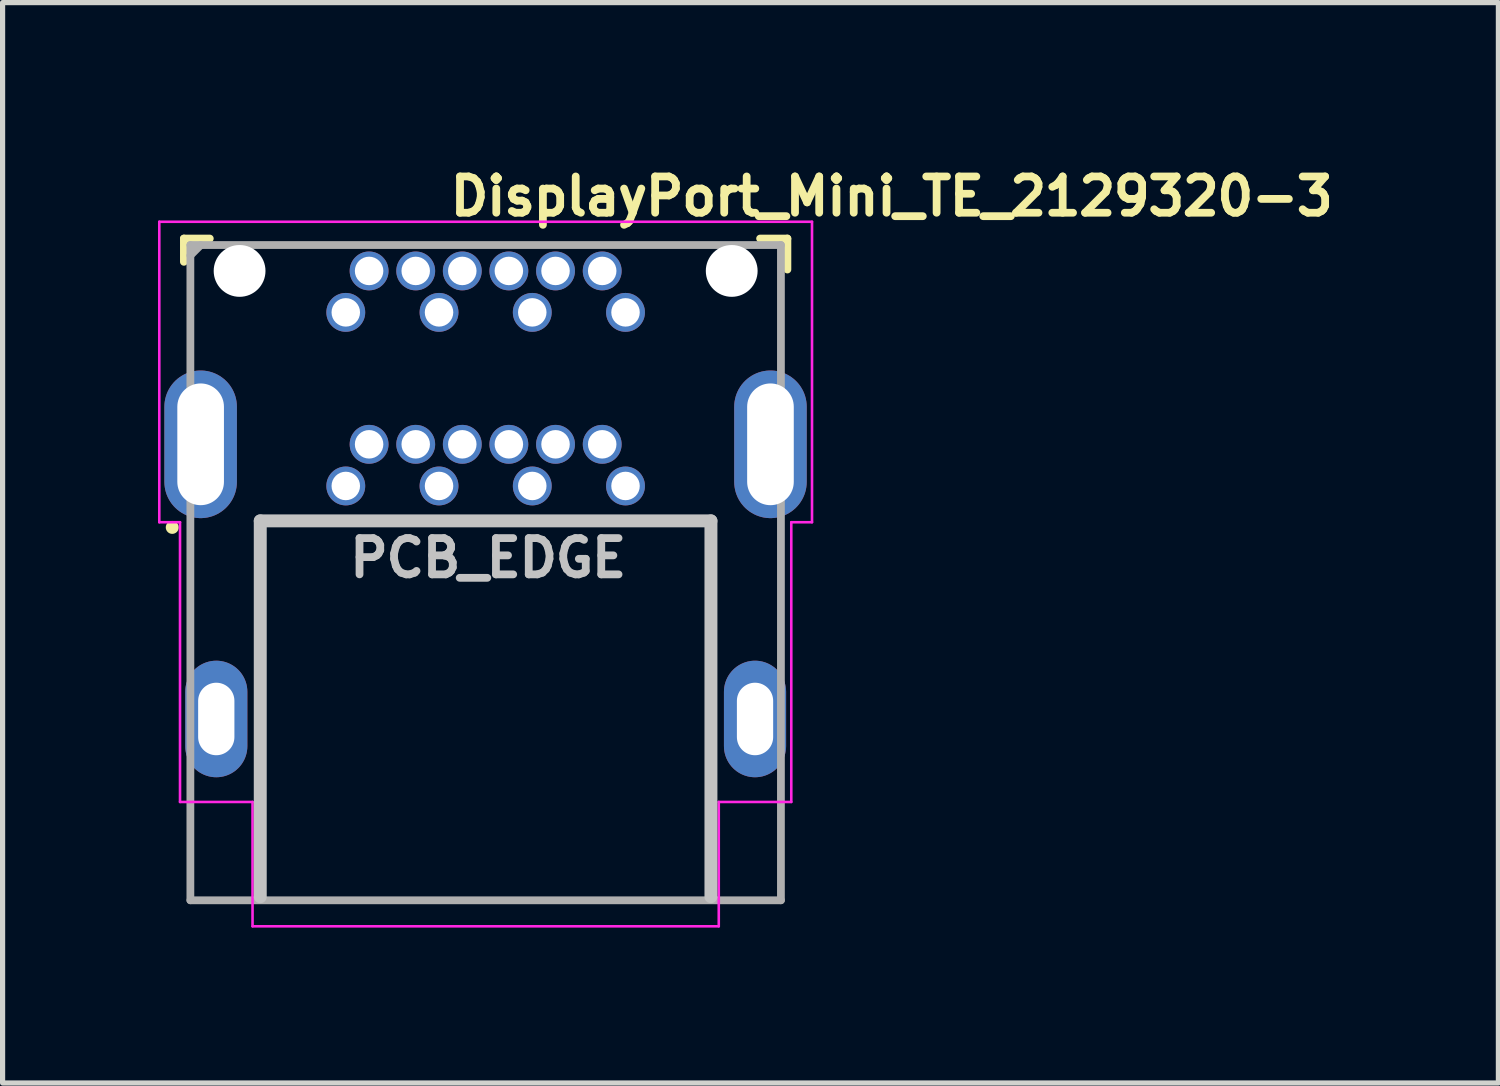
<source format=kicad_pcb>
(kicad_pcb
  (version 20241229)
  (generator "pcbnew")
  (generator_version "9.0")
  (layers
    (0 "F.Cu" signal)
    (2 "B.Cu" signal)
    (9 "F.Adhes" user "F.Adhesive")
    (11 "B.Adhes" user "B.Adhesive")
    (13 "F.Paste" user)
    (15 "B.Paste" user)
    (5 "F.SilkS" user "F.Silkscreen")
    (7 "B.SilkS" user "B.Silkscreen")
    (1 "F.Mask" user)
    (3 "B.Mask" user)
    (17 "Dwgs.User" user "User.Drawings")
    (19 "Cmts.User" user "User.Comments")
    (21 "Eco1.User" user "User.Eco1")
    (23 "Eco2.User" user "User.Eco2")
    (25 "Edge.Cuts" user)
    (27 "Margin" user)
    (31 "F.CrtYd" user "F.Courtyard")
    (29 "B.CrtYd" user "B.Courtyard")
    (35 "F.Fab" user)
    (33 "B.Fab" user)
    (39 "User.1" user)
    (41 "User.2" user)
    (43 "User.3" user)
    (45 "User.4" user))
  (footprint "DisplayPort_Mini_TE_2129320-3"
    (layer "F.Cu")
    (at 3.625 6.331)
    (property "Reference" "DisplayPort_Mini_TE_2129320-3" (at 1.94 -5.181 0) (layer "F.SilkS") (effects (font (size 0.7 0.7) (thickness 0.15)) (justify left bottom)))
    (attr through_hole)
    (fp_line (start -3.125 -4.776) (end -3.125 -4.327) (stroke (width 0.15) (type solid)) (layer "F.SilkS"))
    (fp_line (start -2.625 -4.776) (end -3.125 -4.776) (stroke (width 0.15) (type solid)) (layer "F.SilkS"))
    (fp_line (start 7.998 -4.776) (end 8.525 -4.776) (stroke (width 0.15) (type solid)) (layer "F.SilkS"))
    (fp_line (start 8.525 -4.776) (end 8.525 -4.178) (stroke (width 0.15) (type solid)) (layer "F.SilkS"))
    (fp_circle (center -3.35 0.8) (end -3.3 0.8) (stroke (width 0.15) (type solid)) (fill yes) (layer "F.SilkS"))
    (fp_line (start -1.651 0.674) (end -1.651 7.929) (stroke (width 0.25) (type solid)) (layer "Dwgs.User"))
    (fp_line (start -1.651 0.674) (end 7.049 0.674) (stroke (width 0.25) (type solid)) (layer "Dwgs.User"))
    (fp_line (start 7.049 0.674) (end 7.049 7.929) (stroke (width 0.25) (type solid)) (layer "Dwgs.User"))
    (fp_line (start -3.6 -5.1) (end 9 -5.1) (stroke (width 0.05) (type solid)) (layer "F.CrtYd"))
    (fp_line (start -3.6 0.7) (end -3.6 -5.1) (stroke (width 0.05) (type solid)) (layer "F.CrtYd"))
    (fp_line (start -3.6 0.7) (end -3.2 0.7) (stroke (width 0.05) (type solid)) (layer "F.CrtYd"))
    (fp_line (start -3.2 0.7) (end -3.2 6.1) (stroke (width 0.05) (type solid)) (layer "F.CrtYd"))
    (fp_line (start -3.2 6.1) (end -1.8 6.1) (stroke (width 0.05) (type solid)) (layer "F.CrtYd"))
    (fp_line (start -1.8 6.1) (end -1.8 8.5) (stroke (width 0.05) (type solid)) (layer "F.CrtYd"))
    (fp_line (start -1.8 8.5) (end 7.2 8.5) (stroke (width 0.05) (type solid)) (layer "F.CrtYd"))
    (fp_line (start 7.2 6.1) (end 7.2 8.5) (stroke (width 0.05) (type solid)) (layer "F.CrtYd"))
    (fp_line (start 8.6 0.7) (end 8.6 6.1) (stroke (width 0.05) (type solid)) (layer "F.CrtYd"))
    (fp_line (start 8.6 6.1) (end 7.2 6.1) (stroke (width 0.05) (type solid)) (layer "F.CrtYd"))
    (fp_line (start 9 -5.1) (end 9 0.7) (stroke (width 0.05) (type solid)) (layer "F.CrtYd"))
    (fp_line (start 9 0.7) (end 8.6 0.7) (stroke (width 0.05) (type solid)) (layer "F.CrtYd"))
    (fp_line (start -3 -4.651) (end -3 7.998) (stroke (width 0.15) (type solid)) (layer "F.Fab"))
    (fp_line (start -3 7.998) (end 8.4 7.998) (stroke (width 0.15) (type solid)) (layer "F.Fab"))
    (fp_line (start -2.8 -4.65) (end -3 -4.45) (stroke (width 0.15) (type solid)) (layer "F.Fab"))
    (fp_line (start 8.4 -4.651) (end -3 -4.651) (stroke (width 0.15) (type solid)) (layer "F.Fab"))
    (fp_line (start 8.4 -4.651) (end 8.4 7.998) (stroke (width 0.15) (type solid)) (layer "F.Fab"))
    (fp_rect (start -3 -4.601) (end 8.4 8.05) (stroke (width 0.1) (type solid)) (fill no) (layer "User.5"))
    (fp_line (start -3 -4.55) (end -3 -4.151) (stroke (width 0.02) (type solid)) (layer "User.9"))
    (fp_line (start -3 -4.151) (end -2.995 -4.151) (stroke (width 0.02) (type solid)) (layer "User.9"))
    (fp_line (start -3 0.05) (end -3 -4.151) (stroke (width 0.02) (type solid)) (layer "User.9"))
    (fp_line (start -3 0.05) (end -3 0.165) (stroke (width 0.02) (type solid)) (layer "User.9"))
    (fp_line (start -3 0.05) (end -2.995 0.05) (stroke (width 0.02) (type solid)) (layer "User.9"))
    (fp_line (start -3 0.165) (end -3 0.23) (stroke (width 0.02) (type solid)) (layer "User.9"))
    (fp_line (start -3 0.23) (end -2.601 0.23) (stroke (width 0.02) (type solid)) (layer "User.9"))
    (fp_line (start -2.995 -4.151) (end -2.995 -4.151) (stroke (width 0.02) (type solid)) (layer "User.9"))
    (fp_line (start -2.995 -4.151) (end -2.976 -4.151) (stroke (width 0.02) (type solid)) (layer "User.9"))
    (fp_line (start -2.995 0.05) (end -2.995 0.05) (stroke (width 0.02) (type solid)) (layer "User.9"))
    (fp_line (start -2.995 0.05) (end -2.976 0.05) (stroke (width 0.02) (type solid)) (layer "User.9"))
    (fp_line (start -2.976 -4.151) (end -2.976 -4.151) (stroke (width 0.02) (type solid)) (layer "User.9"))
    (fp_line (start -2.976 -4.151) (end -2.944 -4.151) (stroke (width 0.02) (type solid)) (layer "User.9"))
    (fp_line (start -2.976 0.05) (end -2.976 0.05) (stroke (width 0.02) (type solid)) (layer "User.9"))
    (fp_line (start -2.976 0.05) (end -2.944 0.05) (stroke (width 0.02) (type solid)) (layer "User.9"))
    (fp_line (start -2.944 -4.151) (end -2.944 -4.151) (stroke (width 0.02) (type solid)) (layer "User.9"))
    (fp_line (start -2.944 -4.151) (end -2.902 -4.151) (stroke (width 0.02) (type solid)) (layer "User.9"))
    (fp_line (start -2.944 0.05) (end -2.944 0.05) (stroke (width 0.02) (type solid)) (layer "User.9"))
    (fp_line (start -2.944 0.05) (end -2.902 0.05) (stroke (width 0.02) (type solid)) (layer "User.9"))
    (fp_line (start -2.902 -4.151) (end -2.902 -4.151) (stroke (width 0.02) (type solid)) (layer "User.9"))
    (fp_line (start -2.902 -4.151) (end -2.847 -4.151) (stroke (width 0.02) (type solid)) (layer "User.9"))
    (fp_line (start -2.902 0.05) (end -2.902 0.05) (stroke (width 0.02) (type solid)) (layer "User.9"))
    (fp_line (start -2.902 0.05) (end -2.847 0.05) (stroke (width 0.02) (type solid)) (layer "User.9"))
    (fp_line (start -2.847 -4.151) (end -2.847 -4.151) (stroke (width 0.02) (type solid)) (layer "User.9"))
    (fp_line (start -2.847 -4.151) (end -2.782 -4.151) (stroke (width 0.02) (type solid)) (layer "User.9"))
    (fp_line (start -2.847 0.05) (end -2.847 0.05) (stroke (width 0.02) (type solid)) (layer "User.9"))
    (fp_line (start -2.847 0.05) (end -2.782 0.05) (stroke (width 0.02) (type solid)) (layer "User.9"))
    (fp_line (start -2.782 -4.151) (end -2.782 -4.151) (stroke (width 0.02) (type solid)) (layer "User.9"))
    (fp_line (start -2.782 -4.151) (end -2.709 -4.151) (stroke (width 0.02) (type solid)) (layer "User.9"))
    (fp_line (start -2.782 0.05) (end -2.782 0.05) (stroke (width 0.02) (type solid)) (layer "User.9"))
    (fp_line (start -2.782 0.05) (end -2.709 0.05) (stroke (width 0.02) (type solid)) (layer "User.9"))
    (fp_line (start -2.709 -4.151) (end -2.709 -4.151) (stroke (width 0.02) (type solid)) (layer "User.9"))
    (fp_line (start -2.709 -4.151) (end -2.625 -4.151) (stroke (width 0.02) (type solid)) (layer "User.9"))
    (fp_line (start -2.709 0.05) (end -2.709 0.05) (stroke (width 0.02) (type solid)) (layer "User.9"))
    (fp_line (start -2.709 0.05) (end -2.625 0.05) (stroke (width 0.02) (type solid)) (layer "User.9"))
    (fp_line (start -2.702 4.049) (end -2.702 5.049) (stroke (width 0.02) (type solid)) (layer "User.9"))
    (fp_line (start -2.702 5.049) (end -2.702 5.849) (stroke (width 0.02) (type solid)) (layer "User.9"))
    (fp_line (start -2.685 4.049) (end -2.702 4.049) (stroke (width 0.02) (type solid)) (layer "User.9"))
    (fp_line (start -2.685 4.049) (end -2.685 4.049) (stroke (width 0.02) (type solid)) (layer "User.9"))
    (fp_line (start -2.685 5.849) (end -2.702 5.849) (stroke (width 0.02) (type solid)) (layer "User.9"))
    (fp_line (start -2.685 5.849) (end -2.685 5.849) (stroke (width 0.02) (type solid)) (layer "User.9"))
    (fp_line (start -2.641 4.049) (end -2.685 4.049) (stroke (width 0.02) (type solid)) (layer "User.9"))
    (fp_line (start -2.641 4.049) (end -2.641 4.049) (stroke (width 0.02) (type solid)) (layer "User.9"))
    (fp_line (start -2.641 5.849) (end -2.685 5.849) (stroke (width 0.02) (type solid)) (layer "User.9"))
    (fp_line (start -2.641 5.849) (end -2.641 5.849) (stroke (width 0.02) (type solid)) (layer "User.9"))
    (fp_line (start -2.625 -4.151) (end -2.625 -4.151) (stroke (width 0.02) (type solid)) (layer "User.9"))
    (fp_line (start -2.625 -4.151) (end -2.435 -4.151) (stroke (width 0.02) (type solid)) (layer "User.9"))
    (fp_line (start -2.625 0.05) (end -2.625 0.05) (stroke (width 0.02) (type solid)) (layer "User.9"))
    (fp_line (start -2.625 0.05) (end -2.435 0.05) (stroke (width 0.02) (type solid)) (layer "User.9"))
    (fp_line (start -2.601 -4.55) (end -3 -4.55) (stroke (width 0.02) (type solid)) (layer "User.9"))
    (fp_line (start -2.601 -4.55) (end -2.601 -4.151) (stroke (width 0.02) (type solid)) (layer "User.9"))
    (fp_line (start -2.601 0.05) (end -2.601 0.165) (stroke (width 0.02) (type solid)) (layer "User.9"))
    (fp_line (start -2.601 0.165) (end -2.601 0.23) (stroke (width 0.02) (type solid)) (layer "User.9"))
    (fp_line (start -2.57 4.049) (end -2.641 4.049) (stroke (width 0.02) (type solid)) (layer "User.9"))
    (fp_line (start -2.57 4.049) (end -2.57 4.049) (stroke (width 0.02) (type solid)) (layer "User.9"))
    (fp_line (start -2.57 5.849) (end -2.641 5.849) (stroke (width 0.02) (type solid)) (layer "User.9"))
    (fp_line (start -2.57 5.849) (end -2.57 5.849) (stroke (width 0.02) (type solid)) (layer "User.9"))
    (fp_line (start -2.551 -4.601) (end -2.5 -4.601) (stroke (width 0.02) (type solid)) (layer "User.9"))
    (fp_line (start -2.551 -4.151) (end -2.551 -4.601) (stroke (width 0.02) (type solid)) (layer "User.9"))
    (fp_line (start -2.551 0.45) (end -2.551 0.05) (stroke (width 0.02) (type solid)) (layer "User.9"))
    (fp_line (start -2.551 0.45) (end -2.551 2.85) (stroke (width 0.02) (type solid)) (layer "User.9"))
    (fp_line (start -2.551 2.85) (end -2.351 3.048) (stroke (width 0.02) (type solid)) (layer "User.9"))
    (fp_line (start -2.536 0.45) (end -2.551 0.45) (stroke (width 0.02) (type solid)) (layer "User.9"))
    (fp_line (start -2.536 0.45) (end -2.536 0.45) (stroke (width 0.02) (type solid)) (layer "User.9"))
    (fp_line (start -2.525 4.049) (end -2.57 4.049) (stroke (width 0.02) (type solid)) (layer "User.9"))
    (fp_line (start -2.525 4.049) (end -2.525 4.049) (stroke (width 0.02) (type solid)) (layer "User.9"))
    (fp_line (start -2.525 5.849) (end -2.57 5.849) (stroke (width 0.02) (type solid)) (layer "User.9"))
    (fp_line (start -2.525 5.849) (end -2.525 5.849) (stroke (width 0.02) (type solid)) (layer "User.9"))
    (fp_line (start -2.5 -4.601) (end -2.5 -4.202) (stroke (width 0.02) (type solid)) (layer "User.9"))
    (fp_line (start -2.5 -4.601) (end -2.301 -4.601) (stroke (width 0.02) (type solid)) (layer "User.9"))
    (fp_line (start -2.5 -4.202) (end -2.301 -4.202) (stroke (width 0.02) (type solid)) (layer "User.9"))
    (fp_line (start -2.492 0.45) (end -2.536 0.45) (stroke (width 0.02) (type solid)) (layer "User.9"))
    (fp_line (start -2.492 0.45) (end -2.492 0.45) (stroke (width 0.02) (type solid)) (layer "User.9"))
    (fp_line (start -2.435 -4.151) (end -2.435 -4.151) (stroke (width 0.02) (type solid)) (layer "User.9"))
    (fp_line (start -2.435 -4.151) (end -2 -4.151) (stroke (width 0.02) (type solid)) (layer "User.9"))
    (fp_line (start -2.435 0.05) (end -2.435 0.05) (stroke (width 0.02) (type solid)) (layer "User.9"))
    (fp_line (start -2.435 0.05) (end -2 0.05) (stroke (width 0.02) (type solid)) (layer "User.9"))
    (fp_line (start -2.42 0.45) (end -2.492 0.45) (stroke (width 0.02) (type solid)) (layer "User.9"))
    (fp_line (start -2.42 0.45) (end -2.42 0.45) (stroke (width 0.02) (type solid)) (layer "User.9"))
    (fp_line (start -2.375 0.45) (end -2.42 0.45) (stroke (width 0.02) (type solid)) (layer "User.9"))
    (fp_line (start -2.375 0.45) (end -2.375 0.45) (stroke (width 0.02) (type solid)) (layer "User.9"))
    (fp_line (start -2.351 3.048) (end -1.69 3.048) (stroke (width 0.02) (type solid)) (layer "User.9"))
    (fp_line (start -2.301 -4.601) (end -1.401 -4.601) (stroke (width 0.02) (type solid)) (layer "User.9"))
    (fp_line (start -2.301 -4.202) (end -1.401 -4.202) (stroke (width 0.02) (type solid)) (layer "User.9"))
    (fp_line (start -2.101 4.049) (end -2.525 4.049) (stroke (width 0.02) (type solid)) (layer "User.9"))
    (fp_line (start -2.101 5.849) (end -2.525 5.849) (stroke (width 0.02) (type solid)) (layer "User.9"))
    (fp_line (start -2 0.05) (end -0.102 0.05) (stroke (width 0.02) (type solid)) (layer "User.9"))
    (fp_line (start -1.95 -4.151) (end -1.2 -4.151) (stroke (width 0.02) (type solid)) (layer "User.9"))
    (fp_line (start -1.95 0.45) (end -2.375 0.45) (stroke (width 0.02) (type solid)) (layer "User.9"))
    (fp_line (start -1.801 -4.151) (end -2 -4.151) (stroke (width 0.02) (type solid)) (layer "User.9"))
    (fp_line (start -1.79 -4.151) (end -1.801 -4.151) (stroke (width 0.02) (type solid)) (layer "User.9"))
    (fp_line (start -1.78 -4.149) (end -1.79 -4.151) (stroke (width 0.02) (type solid)) (layer "User.9"))
    (fp_line (start -1.77 -4.148) (end -1.78 -4.149) (stroke (width 0.02) (type solid)) (layer "User.9"))
    (fp_line (start -1.76 -4.146) (end -1.77 -4.148) (stroke (width 0.02) (type solid)) (layer "User.9"))
    (fp_line (start -1.752 -4.145) (end -1.76 -4.146) (stroke (width 0.02) (type solid)) (layer "User.9"))
    (fp_line (start -1.742 -4.143) (end -1.752 -4.145) (stroke (width 0.02) (type solid)) (layer "User.9"))
    (fp_line (start -1.732 -4.138) (end -1.742 -4.143) (stroke (width 0.02) (type solid)) (layer "User.9"))
    (fp_line (start -1.724 -4.135) (end -1.732 -4.138) (stroke (width 0.02) (type solid)) (layer "User.9"))
    (fp_line (start -1.714 -4.132) (end -1.724 -4.135) (stroke (width 0.02) (type solid)) (layer "User.9"))
    (fp_line (start -1.706 -4.127) (end -1.714 -4.132) (stroke (width 0.02) (type solid)) (layer "User.9"))
    (fp_line (start -1.698 -4.122) (end -1.706 -4.127) (stroke (width 0.02) (type solid)) (layer "User.9"))
    (fp_line (start -1.69 -4.116) (end -1.698 -4.122) (stroke (width 0.02) (type solid)) (layer "User.9"))
    (fp_line (start -1.69 3.048) (end -1.49 2.85) (stroke (width 0.02) (type solid)) (layer "User.9"))
    (fp_line (start -1.682 -4.111) (end -1.69 -4.116) (stroke (width 0.02) (type solid)) (layer "User.9"))
    (fp_line (start -1.674 -4.106) (end -1.682 -4.111) (stroke (width 0.02) (type solid)) (layer "User.9"))
    (fp_line (start -1.666 -4.1) (end -1.674 -4.106) (stroke (width 0.02) (type solid)) (layer "User.9"))
    (fp_line (start -1.659 -4.093) (end -1.666 -4.1) (stroke (width 0.02) (type solid)) (layer "User.9"))
    (fp_line (start -1.653 -4.085) (end -1.659 -4.093) (stroke (width 0.02) (type solid)) (layer "User.9"))
    (fp_line (start -1.651 4.049) (end -2.101 4.049) (stroke (width 0.02) (type solid)) (layer "User.9"))
    (fp_line (start -1.651 5.849) (end -2.101 5.849) (stroke (width 0.02) (type solid)) (layer "User.9"))
    (fp_line (start -1.647 -4.079) (end -1.653 -4.085) (stroke (width 0.02) (type solid)) (layer "User.9"))
    (fp_line (start -1.641 -4.071) (end -1.647 -4.079) (stroke (width 0.02) (type solid)) (layer "User.9"))
    (fp_line (start -1.635 -4.063) (end -1.641 -4.071) (stroke (width 0.02) (type solid)) (layer "User.9"))
    (fp_line (start -1.629 -4.055) (end -1.635 -4.063) (stroke (width 0.02) (type solid)) (layer "User.9"))
    (fp_line (start -1.625 -4.047) (end -1.629 -4.055) (stroke (width 0.02) (type solid)) (layer "User.9"))
    (fp_line (start -1.621 -4.037) (end -1.625 -4.047) (stroke (width 0.02) (type solid)) (layer "User.9"))
    (fp_line (start -1.617 -4.029) (end -1.621 -4.037) (stroke (width 0.02) (type solid)) (layer "User.9"))
    (fp_line (start -1.613 -4.02) (end -1.617 -4.029) (stroke (width 0.02) (type solid)) (layer "User.9"))
    (fp_line (start -1.609 -4.01) (end -1.613 -4.02) (stroke (width 0.02) (type solid)) (layer "User.9"))
    (fp_line (start -1.607 -4) (end -1.609 -4.01) (stroke (width 0.02) (type solid)) (layer "User.9"))
    (fp_line (start -1.605 -3.992) (end -1.607 -4) (stroke (width 0.02) (type solid)) (layer "User.9"))
    (fp_line (start -1.603 -3.981) (end -1.605 -3.992) (stroke (width 0.02) (type solid)) (layer "User.9"))
    (fp_line (start -1.603 -3.972) (end -1.603 -3.981) (stroke (width 0.02) (type solid)) (layer "User.9"))
    (fp_line (start -1.601 -3.962) (end -1.603 -3.972) (stroke (width 0.02) (type solid)) (layer "User.9"))
    (fp_line (start -1.601 -3.951) (end -1.601 -3.962) (stroke (width 0.02) (type solid)) (layer "User.9"))
    (fp_line (start -1.601 -3.951) (end -1.601 -3.94) (stroke (width 0.02) (type solid)) (layer "User.9"))
    (fp_line (start -1.601 -3.94) (end -1.599 -3.931) (stroke (width 0.02) (type solid)) (layer "User.9"))
    (fp_line (start -1.599 -3.931) (end -1.599 -3.92) (stroke (width 0.02) (type solid)) (layer "User.9"))
    (fp_line (start -1.599 -3.92) (end -1.597 -3.911) (stroke (width 0.02) (type solid)) (layer "User.9"))
    (fp_line (start -1.597 -3.911) (end -1.595 -3.902) (stroke (width 0.02) (type solid)) (layer "User.9"))
    (fp_line (start -1.595 -3.902) (end -1.591 -3.891) (stroke (width 0.02) (type solid)) (layer "User.9"))
    (fp_line (start -1.595 5.475) (end -1.428 5.554) (stroke (width 0.02) (type solid)) (layer "User.9"))
    (fp_line (start -1.591 -3.891) (end -1.589 -3.883) (stroke (width 0.02) (type solid)) (layer "User.9"))
    (fp_line (start -1.589 -3.883) (end -1.585 -3.874) (stroke (width 0.02) (type solid)) (layer "User.9"))
    (fp_line (start -1.585 -3.874) (end -1.581 -3.864) (stroke (width 0.02) (type solid)) (layer "User.9"))
    (fp_line (start -1.581 -3.864) (end -1.577 -3.855) (stroke (width 0.02) (type solid)) (layer "User.9"))
    (fp_line (start -1.577 -3.855) (end -1.573 -3.847) (stroke (width 0.02) (type solid)) (layer "User.9"))
    (fp_line (start -1.573 -3.847) (end -1.567 -3.839) (stroke (width 0.02) (type solid)) (layer "User.9"))
    (fp_line (start -1.567 -3.839) (end -1.561 -3.831) (stroke (width 0.02) (type solid)) (layer "User.9"))
    (fp_line (start -1.561 -3.831) (end -1.555 -3.823) (stroke (width 0.02) (type solid)) (layer "User.9"))
    (fp_line (start -1.555 -3.823) (end -1.549 -3.817) (stroke (width 0.02) (type solid)) (layer "User.9"))
    (fp_line (start -1.549 -3.817) (end -1.543 -3.81) (stroke (width 0.02) (type solid)) (layer "User.9"))
    (fp_line (start -1.543 -3.81) (end -1.536 -3.803) (stroke (width 0.02) (type solid)) (layer "User.9"))
    (fp_line (start -1.536 -3.803) (end -1.528 -3.797) (stroke (width 0.02) (type solid)) (layer "User.9"))
    (fp_line (start -1.528 -3.797) (end -1.52 -3.79) (stroke (width 0.02) (type solid)) (layer "User.9"))
    (fp_line (start -1.52 -3.79) (end -1.512 -3.786) (stroke (width 0.02) (type solid)) (layer "User.9"))
    (fp_line (start -1.512 -3.786) (end -1.504 -3.781) (stroke (width 0.02) (type solid)) (layer "User.9"))
    (fp_line (start -1.504 -3.781) (end -1.496 -3.775) (stroke (width 0.02) (type solid)) (layer "User.9"))
    (fp_line (start -1.496 -3.775) (end -1.488 -3.77) (stroke (width 0.02) (type solid)) (layer "User.9"))
    (fp_line (start -1.49 2.85) (end -1.49 0.45) (stroke (width 0.02) (type solid)) (layer "User.9"))
    (fp_line (start -1.488 -3.77) (end -1.478 -3.766) (stroke (width 0.02) (type solid)) (layer "User.9"))
    (fp_line (start -1.478 -3.766) (end -1.47 -3.763) (stroke (width 0.02) (type solid)) (layer "User.9"))
    (fp_line (start -1.47 -3.763) (end -1.46 -3.761) (stroke (width 0.02) (type solid)) (layer "User.9"))
    (fp_line (start -1.46 -3.761) (end -1.45 -3.758) (stroke (width 0.02) (type solid)) (layer "User.9"))
    (fp_line (start -1.45 -3.758) (end -1.442 -3.755) (stroke (width 0.02) (type solid)) (layer "User.9"))
    (fp_line (start -1.45 1.658) (end -1.45 3.171) (stroke (width 0.02) (type solid)) (layer "User.9"))
    (fp_line (start -1.45 1.66) (end -1.45 0.45) (stroke (width 0.02) (type solid)) (layer "User.9"))
    (fp_line (start -1.45 1.66) (end -1.44 1.723) (stroke (width 0.02) (type solid)) (layer "User.9"))
    (fp_line (start -1.45 3.171) (end -1.428 3.335) (stroke (width 0.02) (type solid)) (layer "User.9"))
    (fp_line (start -1.45 4.049) (end -1.651 4.049) (stroke (width 0.02) (type solid)) (layer "User.9"))
    (fp_line (start -1.45 5.171) (end -1.45 3.171) (stroke (width 0.02) (type solid)) (layer "User.9"))
    (fp_line (start -1.45 5.849) (end -1.651 5.849) (stroke (width 0.02) (type solid)) (layer "User.9"))
    (fp_line (start -1.45 6.06) (end -1.45 5.544) (stroke (width 0.02) (type solid)) (layer "User.9"))
    (fp_line (start -1.45 6.249) (end -1.45 6.06) (stroke (width 0.02) (type solid)) (layer "User.9"))
    (fp_line (start -1.45 8.05) (end -1.45 6.249) (stroke (width 0.02) (type solid)) (layer "User.9"))
    (fp_line (start -1.442 -3.755) (end -1.432 -3.754) (stroke (width 0.02) (type solid)) (layer "User.9"))
    (fp_line (start -1.44 1.723) (end -1.438 1.737) (stroke (width 0.02) (type solid)) (layer "User.9"))
    (fp_line (start -1.44 6.187) (end -1.45 6.249) (stroke (width 0.02) (type solid)) (layer "User.9"))
    (fp_line (start -1.438 1.737) (end -1.436 1.751) (stroke (width 0.02) (type solid)) (layer "User.9"))
    (fp_line (start -1.436 1.751) (end -1.434 1.767) (stroke (width 0.02) (type solid)) (layer "User.9"))
    (fp_line (start -1.436 6.16) (end -1.44 6.187) (stroke (width 0.02) (type solid)) (layer "User.9"))
    (fp_line (start -1.434 1.767) (end -1.432 1.785) (stroke (width 0.02) (type solid)) (layer "User.9"))
    (fp_line (start -1.432 -3.754) (end -1.422 -3.753) (stroke (width 0.02) (type solid)) (layer "User.9"))
    (fp_line (start -1.432 1.785) (end -1.43 1.802) (stroke (width 0.02) (type solid)) (layer "User.9"))
    (fp_line (start -1.432 6.126) (end -1.436 6.16) (stroke (width 0.02) (type solid)) (layer "User.9"))
    (fp_line (start -1.43 1.802) (end -1.428 1.82) (stroke (width 0.02) (type solid)) (layer "User.9"))
    (fp_line (start -1.43 6.108) (end -1.432 6.126) (stroke (width 0.02) (type solid)) (layer "User.9"))
    (fp_line (start -1.428 1.82) (end -1.428 1.84) (stroke (width 0.02) (type solid)) (layer "User.9"))
    (fp_line (start -1.428 1.84) (end -1.428 1.86) (stroke (width 0.02) (type solid)) (layer "User.9"))
    (fp_line (start -1.428 1.86) (end -1.428 6.049) (stroke (width 0.02) (type solid)) (layer "User.9"))
    (fp_line (start -1.428 5.121) (end -1.595 5.475) (stroke (width 0.02) (type solid)) (layer "User.9"))
    (fp_line (start -1.428 6.049) (end -1.428 6.07) (stroke (width 0.02) (type solid)) (layer "User.9"))
    (fp_line (start -1.428 6.07) (end -1.428 6.089) (stroke (width 0.02) (type solid)) (layer "User.9"))
    (fp_line (start -1.428 6.089) (end -1.43 6.108) (stroke (width 0.02) (type solid)) (layer "User.9"))
    (fp_line (start -1.422 -3.753) (end -1.412 -3.751) (stroke (width 0.02) (type solid)) (layer "User.9"))
    (fp_line (start -1.412 -3.751) (end -1.401 -3.751) (stroke (width 0.02) (type solid)) (layer "User.9"))
    (fp_line (start -1.401 -4.601) (end -1.2 -4.601) (stroke (width 0.02) (type solid)) (layer "User.9"))
    (fp_line (start -1.401 -4.202) (end -1.2 -4.202) (stroke (width 0.02) (type solid)) (layer "User.9"))
    (fp_line (start -1.401 -3.751) (end -1.401 -3.751) (stroke (width 0.02) (type solid)) (layer "User.9"))
    (fp_line (start -1.401 -3.751) (end -1.391 -3.751) (stroke (width 0.02) (type solid)) (layer "User.9"))
    (fp_line (start -1.391 -3.751) (end -1.381 -3.753) (stroke (width 0.02) (type solid)) (layer "User.9"))
    (fp_line (start -1.381 -3.753) (end -1.371 -3.754) (stroke (width 0.02) (type solid)) (layer "User.9"))
    (fp_line (start -1.371 -3.754) (end -1.361 -3.755) (stroke (width 0.02) (type solid)) (layer "User.9"))
    (fp_line (start -1.361 -3.755) (end -1.351 -3.758) (stroke (width 0.02) (type solid)) (layer "User.9"))
    (fp_line (start -1.351 -3.758) (end -1.341 -3.761) (stroke (width 0.02) (type solid)) (layer "User.9"))
    (fp_line (start -1.341 -3.761) (end -1.333 -3.763) (stroke (width 0.02) (type solid)) (layer "User.9"))
    (fp_line (start -1.333 -3.763) (end -1.323 -3.766) (stroke (width 0.02) (type solid)) (layer "User.9"))
    (fp_line (start -1.323 -3.766) (end -1.315 -3.77) (stroke (width 0.02) (type solid)) (layer "User.9"))
    (fp_line (start -1.315 -3.77) (end -1.305 -3.775) (stroke (width 0.02) (type solid)) (layer "User.9"))
    (fp_line (start -1.305 -3.775) (end -1.297 -3.781) (stroke (width 0.02) (type solid)) (layer "User.9"))
    (fp_line (start -1.297 -3.781) (end -1.289 -3.786) (stroke (width 0.02) (type solid)) (layer "User.9"))
    (fp_line (start -1.289 -3.786) (end -1.281 -3.79) (stroke (width 0.02) (type solid)) (layer "User.9"))
    (fp_line (start -1.281 -3.79) (end -1.274 -3.797) (stroke (width 0.02) (type solid)) (layer "User.9"))
    (fp_line (start -1.274 -3.797) (end -1.266 -3.803) (stroke (width 0.02) (type solid)) (layer "User.9"))
    (fp_line (start -1.266 -3.803) (end -1.26 -3.81) (stroke (width 0.02) (type solid)) (layer "User.9"))
    (fp_line (start -1.26 -3.81) (end -1.252 -3.817) (stroke (width 0.02) (type solid)) (layer "User.9"))
    (fp_line (start -1.252 -3.817) (end -1.246 -3.823) (stroke (width 0.02) (type solid)) (layer "User.9"))
    (fp_line (start -1.246 -3.823) (end -1.24 -3.831) (stroke (width 0.02) (type solid)) (layer "User.9"))
    (fp_line (start -1.24 -3.831) (end -1.236 -3.839) (stroke (width 0.02) (type solid)) (layer "User.9"))
    (fp_line (start -1.236 -3.839) (end -1.23 -3.847) (stroke (width 0.02) (type solid)) (layer "User.9"))
    (fp_line (start -1.232 8.05) (end -1.45 8.05) (stroke (width 0.02) (type solid)) (layer "User.9"))
    (fp_line (start -1.23 -3.847) (end -1.226 -3.855) (stroke (width 0.02) (type solid)) (layer "User.9"))
    (fp_line (start -1.226 -3.855) (end -1.22 -3.864) (stroke (width 0.02) (type solid)) (layer "User.9"))
    (fp_line (start -1.22 -3.864) (end -1.216 -3.874) (stroke (width 0.02) (type solid)) (layer "User.9"))
    (fp_line (start -1.216 -3.874) (end -1.214 -3.883) (stroke (width 0.02) (type solid)) (layer "User.9"))
    (fp_line (start -1.214 -3.883) (end -1.21 -3.891) (stroke (width 0.02) (type solid)) (layer "User.9"))
    (fp_line (start -1.21 -3.891) (end -1.208 -3.902) (stroke (width 0.02) (type solid)) (layer "User.9"))
    (fp_line (start -1.208 -3.902) (end -1.206 -3.911) (stroke (width 0.02) (type solid)) (layer "User.9"))
    (fp_line (start -1.206 -3.911) (end -1.204 -3.92) (stroke (width 0.02) (type solid)) (layer "User.9"))
    (fp_line (start -1.204 -3.92) (end -1.202 -3.931) (stroke (width 0.02) (type solid)) (layer "User.9"))
    (fp_line (start -1.202 -3.94) (end -1.2 -3.951) (stroke (width 0.02) (type solid)) (layer "User.9"))
    (fp_line (start -1.202 -3.931) (end -1.202 -3.94) (stroke (width 0.02) (type solid)) (layer "User.9"))
    (fp_line (start -1.2 -4.585) (end -1.2 -4.601) (stroke (width 0.02) (type solid)) (layer "User.9"))
    (fp_line (start -1.2 -4.585) (end -1.2 -4.585) (stroke (width 0.02) (type solid)) (layer "User.9"))
    (fp_line (start -1.2 -4.542) (end -1.2 -4.585) (stroke (width 0.02) (type solid)) (layer "User.9"))
    (fp_line (start -1.2 -4.542) (end -1.2 -4.542) (stroke (width 0.02) (type solid)) (layer "User.9"))
    (fp_line (start -1.2 -4.47) (end -1.2 -4.542) (stroke (width 0.02) (type solid)) (layer "User.9"))
    (fp_line (start -1.2 -4.47) (end -1.2 -4.47) (stroke (width 0.02) (type solid)) (layer "User.9"))
    (fp_line (start -1.2 -4.425) (end -1.2 -4.47) (stroke (width 0.02) (type solid)) (layer "User.9"))
    (fp_line (start -1.2 -4.425) (end -1.2 -4.425) (stroke (width 0.02) (type solid)) (layer "User.9"))
    (fp_line (start -1.2 -4) (end -1.2 -4.425) (stroke (width 0.02) (type solid)) (layer "User.9"))
    (fp_line (start -1.2 -4) (end -1.2 -3.951) (stroke (width 0.02) (type solid)) (layer "User.9"))
    (fp_line (start -1.2 -3.951) (end -1.601 -3.951) (stroke (width 0.02) (type solid)) (layer "User.9"))
    (fp_line (start -0.861 0.45) (end -1.95 0.45) (stroke (width 0.02) (type solid)) (layer "User.9"))
    (fp_line (start -0.631 0.45) (end -0.861 0.45) (stroke (width 0.02) (type solid)) (layer "User.9"))
    (fp_line (start -0.631 8.05) (end -1.232 8.05) (stroke (width 0.02) (type solid)) (layer "User.9"))
    (fp_line (start -0.3 0.45) (end -0.631 0.45) (stroke (width 0.02) (type solid)) (layer "User.9"))
    (fp_line (start -0.3 0.45) (end -0.298 0.449) (stroke (width 0.02) (type solid)) (layer "User.9"))
    (fp_line (start -0.298 0.449) (end -0.296 0.449) (stroke (width 0.02) (type solid)) (layer "User.9"))
    (fp_line (start -0.296 0.449) (end -0.293 0.449) (stroke (width 0.02) (type solid)) (layer "User.9"))
    (fp_line (start -0.293 0.449) (end -0.291 0.449) (stroke (width 0.02) (type solid)) (layer "User.9"))
    (fp_line (start -0.291 0.449) (end -0.3 0.45) (stroke (width 0.02) (type solid)) (layer "User.9"))
    (fp_line (start -0.291 0.449) (end -0.289 0.449) (stroke (width 0.02) (type solid)) (layer "User.9"))
    (fp_line (start -0.289 0.449) (end -0.287 0.449) (stroke (width 0.02) (type solid)) (layer "User.9"))
    (fp_line (start -0.287 0.449) (end -0.284 0.449) (stroke (width 0.02) (type solid)) (layer "User.9"))
    (fp_line (start -0.284 0.449) (end -0.282 0.449) (stroke (width 0.02) (type solid)) (layer "User.9"))
    (fp_line (start -0.282 0.449) (end -0.291 0.449) (stroke (width 0.02) (type solid)) (layer "User.9"))
    (fp_line (start -0.272 0.446) (end -0.282 0.449) (stroke (width 0.02) (type solid)) (layer "User.9"))
    (fp_line (start -0.263 0.445) (end -0.272 0.446) (stroke (width 0.02) (type solid)) (layer "User.9"))
    (fp_line (start -0.252 0.443) (end -0.263 0.445) (stroke (width 0.02) (type solid)) (layer "User.9"))
    (fp_line (start -0.243 0.44) (end -0.252 0.443) (stroke (width 0.02) (type solid)) (layer "User.9"))
    (fp_line (start -0.234 0.437) (end -0.243 0.44) (stroke (width 0.02) (type solid)) (layer "User.9"))
    (fp_line (start -0.224 0.433) (end -0.234 0.437) (stroke (width 0.02) (type solid)) (layer "User.9"))
    (fp_line (start -0.215 0.429) (end -0.224 0.433) (stroke (width 0.02) (type solid)) (layer "User.9"))
    (fp_line (start -0.207 0.425) (end -0.215 0.429) (stroke (width 0.02) (type solid)) (layer "User.9"))
    (fp_line (start -0.202 -4.601) (end -1.2 -4.601) (stroke (width 0.02) (type solid)) (layer "User.9"))
    (fp_line (start -0.202 -4.601) (end -0.202 -4.598) (stroke (width 0.02) (type solid)) (layer "User.9"))
    (fp_line (start -0.202 -4.601) (end 0 -4.601) (stroke (width 0.02) (type solid)) (layer "User.9"))
    (fp_line (start -0.202 -4.598) (end -0.202 -4.598) (stroke (width 0.02) (type solid)) (layer "User.9"))
    (fp_line (start -0.202 -4.598) (end -0.202 -4.568) (stroke (width 0.02) (type solid)) (layer "User.9"))
    (fp_line (start -0.202 -4.568) (end -0.202 -4.568) (stroke (width 0.02) (type solid)) (layer "User.9"))
    (fp_line (start -0.202 -4.568) (end -0.202 -4.51) (stroke (width 0.02) (type solid)) (layer "User.9"))
    (fp_line (start -0.202 -4.51) (end -0.202 -4.51) (stroke (width 0.02) (type solid)) (layer "User.9"))
    (fp_line (start -0.202 -4.51) (end -0.202 -4.425) (stroke (width 0.02) (type solid)) (layer "User.9"))
    (fp_line (start -0.202 -4.425) (end -0.202 -4.425) (stroke (width 0.02) (type solid)) (layer "User.9"))
    (fp_line (start -0.202 -4.425) (end -0.202 -4) (stroke (width 0.02) (type solid)) (layer "User.9"))
    (fp_line (start -0.202 -4.202) (end 0 -4.202) (stroke (width 0.02) (type solid)) (layer "User.9"))
    (fp_line (start -0.202 -4.151) (end 5.599 -4.151) (stroke (width 0.02) (type solid)) (layer "User.9"))
    (fp_line (start -0.202 -3.951) (end -0.202 -4) (stroke (width 0.02) (type solid)) (layer "User.9"))
    (fp_line (start -0.202 -3.951) (end -0.201 -3.942) (stroke (width 0.02) (type solid)) (layer "User.9"))
    (fp_line (start -0.201 -3.942) (end -0.201 -3.931) (stroke (width 0.02) (type solid)) (layer "User.9"))
    (fp_line (start -0.201 -3.931) (end -0.199 -3.922) (stroke (width 0.02) (type solid)) (layer "User.9"))
    (fp_line (start -0.199 -3.922) (end -0.198 -3.911) (stroke (width 0.02) (type solid)) (layer "User.9"))
    (fp_line (start -0.199 0.42) (end -0.207 0.425) (stroke (width 0.02) (type solid)) (layer "User.9"))
    (fp_line (start -0.198 -3.911) (end -0.195 -3.903) (stroke (width 0.02) (type solid)) (layer "User.9"))
    (fp_line (start -0.195 -3.903) (end -0.192 -3.892) (stroke (width 0.02) (type solid)) (layer "User.9"))
    (fp_line (start -0.192 -3.892) (end -0.189 -3.883) (stroke (width 0.02) (type solid)) (layer "User.9"))
    (fp_line (start -0.189 -3.883) (end -0.185 -3.875) (stroke (width 0.02) (type solid)) (layer "User.9"))
    (fp_line (start -0.189 0.416) (end -0.199 0.42) (stroke (width 0.02) (type solid)) (layer "User.9"))
    (fp_line (start -0.185 -3.875) (end -0.181 -3.866) (stroke (width 0.02) (type solid)) (layer "User.9"))
    (fp_line (start -0.181 -3.866) (end -0.177 -3.856) (stroke (width 0.02) (type solid)) (layer "User.9"))
    (fp_line (start -0.181 0.41) (end -0.189 0.416) (stroke (width 0.02) (type solid)) (layer "User.9"))
    (fp_line (start -0.177 -3.856) (end -0.173 -3.848) (stroke (width 0.02) (type solid)) (layer "User.9"))
    (fp_line (start -0.174 0.404) (end -0.181 0.41) (stroke (width 0.02) (type solid)) (layer "User.9"))
    (fp_line (start -0.173 -3.848) (end -0.168 -3.84) (stroke (width 0.02) (type solid)) (layer "User.9"))
    (fp_line (start -0.168 -3.84) (end -0.162 -3.833) (stroke (width 0.02) (type solid)) (layer "User.9"))
    (fp_line (start -0.167 0.398) (end -0.174 0.404) (stroke (width 0.02) (type solid)) (layer "User.9"))
    (fp_line (start -0.162 -3.833) (end -0.155 -3.825) (stroke (width 0.02) (type solid)) (layer "User.9"))
    (fp_line (start -0.159 0.391) (end -0.167 0.398) (stroke (width 0.02) (type solid)) (layer "User.9"))
    (fp_line (start -0.159 0.391) (end -0.159 0.391) (stroke (width 0.02) (type solid)) (layer "User.9"))
    (fp_line (start -0.155 -3.825) (end -0.149 -3.817) (stroke (width 0.02) (type solid)) (layer "User.9"))
    (fp_line (start -0.152 0.384) (end -0.159 0.391) (stroke (width 0.02) (type solid)) (layer "User.9"))
    (fp_line (start -0.149 -3.817) (end -0.143 -3.81) (stroke (width 0.02) (type solid)) (layer "User.9"))
    (fp_line (start -0.146 0.376) (end -0.152 0.384) (stroke (width 0.02) (type solid)) (layer "User.9"))
    (fp_line (start -0.143 -3.81) (end -0.143 -3.81) (stroke (width 0.02) (type solid)) (layer "User.9"))
    (fp_line (start -0.143 -3.81) (end -0.136 -3.802) (stroke (width 0.02) (type solid)) (layer "User.9"))
    (fp_line (start -0.141 0.368) (end -0.146 0.376) (stroke (width 0.02) (type solid)) (layer "User.9"))
    (fp_line (start -0.136 -3.802) (end -0.127 -3.797) (stroke (width 0.02) (type solid)) (layer "User.9"))
    (fp_line (start -0.135 0.36) (end -0.141 0.368) (stroke (width 0.02) (type solid)) (layer "User.9"))
    (fp_line (start -0.13 0.352) (end -0.135 0.36) (stroke (width 0.02) (type solid)) (layer "User.9"))
    (fp_line (start -0.127 -3.797) (end -0.12 -3.79) (stroke (width 0.02) (type solid)) (layer "User.9"))
    (fp_line (start -0.124 0.344) (end -0.13 0.352) (stroke (width 0.02) (type solid)) (layer "User.9"))
    (fp_line (start -0.12 -3.79) (end -0.111 -3.785) (stroke (width 0.02) (type solid)) (layer "User.9"))
    (fp_line (start -0.12 0.335) (end -0.124 0.344) (stroke (width 0.02) (type solid)) (layer "User.9"))
    (fp_line (start -0.117 0.326) (end -0.12 0.335) (stroke (width 0.02) (type solid)) (layer "User.9"))
    (fp_line (start -0.112 0.316) (end -0.117 0.326) (stroke (width 0.02) (type solid)) (layer "User.9"))
    (fp_line (start -0.111 -3.785) (end -0.104 -3.779) (stroke (width 0.02) (type solid)) (layer "User.9"))
    (fp_line (start -0.109 0.306) (end -0.112 0.316) (stroke (width 0.02) (type solid)) (layer "User.9"))
    (fp_line (start -0.106 0.297) (end -0.109 0.306) (stroke (width 0.02) (type solid)) (layer "User.9"))
    (fp_line (start -0.105 0.288) (end -0.106 0.297) (stroke (width 0.02) (type solid)) (layer "User.9"))
    (fp_line (start -0.104 -3.779) (end -0.095 -3.774) (stroke (width 0.02) (type solid)) (layer "User.9"))
    (fp_line (start -0.104 0.279) (end -0.105 0.288) (stroke (width 0.02) (type solid)) (layer "User.9"))
    (fp_line (start -0.102 0.05) (end -0.102 0.248) (stroke (width 0.02) (type solid)) (layer "User.9"))
    (fp_line (start -0.102 0.248) (end -0.102 0.259) (stroke (width 0.02) (type solid)) (layer "User.9"))
    (fp_line (start -0.102 0.259) (end -0.102 0.269) (stroke (width 0.02) (type solid)) (layer "User.9"))
    (fp_line (start -0.102 0.269) (end -0.104 0.279) (stroke (width 0.02) (type solid)) (layer "User.9"))
    (fp_line (start -0.102 8.05) (end -0.631 8.05) (stroke (width 0.02) (type solid)) (layer "User.9"))
    (fp_line (start -0.095 -3.774) (end -0.087 -3.77) (stroke (width 0.02) (type solid)) (layer "User.9"))
    (fp_line (start -0.087 -3.77) (end -0.077 -3.766) (stroke (width 0.02) (type solid)) (layer "User.9"))
    (fp_line (start -0.077 -3.766) (end -0.069 -3.762) (stroke (width 0.02) (type solid)) (layer "User.9"))
    (fp_line (start -0.069 -3.762) (end -0.06 -3.759) (stroke (width 0.02) (type solid)) (layer "User.9"))
    (fp_line (start -0.06 -3.759) (end -0.05 -3.758) (stroke (width 0.02) (type solid)) (layer "User.9"))
    (fp_line (start -0.05 -3.758) (end -0.04 -3.754) (stroke (width 0.02) (type solid)) (layer "User.9"))
    (fp_line (start -0.04 -3.754) (end -0.03 -3.754) (stroke (width 0.02) (type solid)) (layer "User.9"))
    (fp_line (start -0.03 -3.754) (end -0.02 -3.751) (stroke (width 0.02) (type solid)) (layer "User.9"))
    (fp_line (start -0.02 -3.751) (end -0.01 -3.751) (stroke (width 0.02) (type solid)) (layer "User.9"))
    (fp_line (start -0.01 -3.751) (end 0 -3.75) (stroke (width 0.02) (type solid)) (layer "User.9"))
    (fp_line (start 0 -4.601) (end 5.4 -4.601) (stroke (width 0.02) (type solid)) (layer "User.9"))
    (fp_line (start 0 -4.202) (end 5.4 -4.202) (stroke (width 0.02) (type solid)) (layer "User.9"))
    (fp_line (start 0 -3.75) (end 5.4 -3.75) (stroke (width 0.02) (type solid)) (layer "User.9"))
    (fp_line (start 1.199 1.749) (end 1.199 6.95) (stroke (width 0.02) (type solid)) (layer "User.9"))
    (fp_line (start 1.199 5.576) (end 1.36 5.576) (stroke (width 0.02) (type solid)) (layer "User.9"))
    (fp_line (start 1.199 5.836) (end 1.36 5.836) (stroke (width 0.02) (type solid)) (layer "User.9"))
    (fp_line (start 1.199 6.95) (end 4.2 6.95) (stroke (width 0.02) (type solid)) (layer "User.9"))
    (fp_line (start 1.36 3.048) (end 1.36 5.576) (stroke (width 0.02) (type solid)) (layer "User.9"))
    (fp_line (start 1.36 5.576) (end 1.36 5.836) (stroke (width 0.02) (type solid)) (layer "User.9"))
    (fp_line (start 1.6 1.749) (end 1.199 1.749) (stroke (width 0.02) (type solid)) (layer "User.9"))
    (fp_line (start 1.6 1.749) (end 1.6 2.769) (stroke (width 0.02) (type solid)) (layer "User.9"))
    (fp_line (start 1.638 3.048) (end 1.638 6.076) (stroke (width 0.02) (type solid)) (layer "User.9"))
    (fp_line (start 1.638 6.076) (end 1.638 6.336) (stroke (width 0.02) (type solid)) (layer "User.9"))
    (fp_line (start 1.638 6.076) (end 1.8 6.076) (stroke (width 0.02) (type solid)) (layer "User.9"))
    (fp_line (start 1.638 6.336) (end 1.959 6.336) (stroke (width 0.02) (type solid)) (layer "User.9"))
    (fp_line (start 1.648 3.048) (end 1.199 3.048) (stroke (width 0.02) (type solid)) (layer "User.9"))
    (fp_line (start 1.654 3.077) (end 1.6 2.769) (stroke (width 0.02) (type solid)) (layer "User.9"))
    (fp_line (start 1.654 3.077) (end 1.923 4.62) (stroke (width 0.02) (type solid)) (layer "User.9"))
    (fp_line (start 1.654 3.077) (end 3.745 3.077) (stroke (width 0.02) (type solid)) (layer "User.9"))
    (fp_line (start 1.8 4.849) (end 1.8 5.012) (stroke (width 0.02) (type solid)) (layer "User.9"))
    (fp_line (start 1.8 4.849) (end 1.965 4.849) (stroke (width 0.02) (type solid)) (layer "User.9"))
    (fp_line (start 1.8 5.012) (end 1.8 5.097) (stroke (width 0.02) (type solid)) (layer "User.9"))
    (fp_line (start 1.8 5.365) (end 1.8 5.097) (stroke (width 0.02) (type solid)) (layer "User.9"))
    (fp_line (start 1.8 5.365) (end 1.8 5.849) (stroke (width 0.02) (type solid)) (layer "User.9"))
    (fp_line (start 1.8 5.849) (end 1.8 6.099) (stroke (width 0.02) (type solid)) (layer "User.9"))
    (fp_line (start 1.8 5.849) (end 3.6 5.849) (stroke (width 0.02) (type solid)) (layer "User.9"))
    (fp_line (start 1.8 6.099) (end 3.6 6.099) (stroke (width 0.02) (type solid)) (layer "User.9"))
    (fp_line (start 1.923 4.62) (end 1.965 4.849) (stroke (width 0.02) (type solid)) (layer "User.9"))
    (fp_line (start 1.959 4.82) (end 1.959 4.849) (stroke (width 0.02) (type solid)) (layer "User.9"))
    (fp_line (start 1.959 6.099) (end 1.959 6.336) (stroke (width 0.02) (type solid)) (layer "User.9"))
    (fp_line (start 3.434 4.849) (end 3.6 4.849) (stroke (width 0.02) (type solid)) (layer "User.9"))
    (fp_line (start 3.438 4.82) (end 3.438 4.849) (stroke (width 0.02) (type solid)) (layer "User.9"))
    (fp_line (start 3.438 6.099) (end 3.438 6.336) (stroke (width 0.02) (type solid)) (layer "User.9"))
    (fp_line (start 3.438 6.336) (end 3.758 6.336) (stroke (width 0.02) (type solid)) (layer "User.9"))
    (fp_line (start 3.475 4.62) (end 3.434 4.849) (stroke (width 0.02) (type solid)) (layer "User.9"))
    (fp_line (start 3.6 4.849) (end 3.6 5.012) (stroke (width 0.02) (type solid)) (layer "User.9"))
    (fp_line (start 3.6 5.012) (end 3.6 5.097) (stroke (width 0.02) (type solid)) (layer "User.9"))
    (fp_line (start 3.6 5.365) (end 3.6 5.097) (stroke (width 0.02) (type solid)) (layer "User.9"))
    (fp_line (start 3.6 5.365) (end 3.6 5.849) (stroke (width 0.02) (type solid)) (layer "User.9"))
    (fp_line (start 3.6 5.849) (end 3.6 6.099) (stroke (width 0.02) (type solid)) (layer "User.9"))
    (fp_line (start 3.6 6.076) (end 3.758 6.076) (stroke (width 0.02) (type solid)) (layer "User.9"))
    (fp_line (start 3.745 3.077) (end 3.475 4.62) (stroke (width 0.02) (type solid)) (layer "User.9"))
    (fp_line (start 3.758 3.048) (end 3.758 6.076) (stroke (width 0.02) (type solid)) (layer "User.9"))
    (fp_line (start 3.758 6.076) (end 3.758 6.336) (stroke (width 0.02) (type solid)) (layer "User.9"))
    (fp_line (start 3.798 1.749) (end 3.798 2.769) (stroke (width 0.02) (type solid)) (layer "User.9"))
    (fp_line (start 3.798 2.769) (end 3.745 3.077) (stroke (width 0.02) (type solid)) (layer "User.9"))
    (fp_line (start 4.038 3.048) (end 4.038 5.576) (stroke (width 0.02) (type solid)) (layer "User.9"))
    (fp_line (start 4.038 5.576) (end 4.038 5.836) (stroke (width 0.02) (type solid)) (layer "User.9"))
    (fp_line (start 4.038 5.576) (end 4.2 5.576) (stroke (width 0.02) (type solid)) (layer "User.9"))
    (fp_line (start 4.038 5.836) (end 4.2 5.836) (stroke (width 0.02) (type solid)) (layer "User.9"))
    (fp_line (start 4.2 1.749) (end 3.798 1.749) (stroke (width 0.02) (type solid)) (layer "User.9"))
    (fp_line (start 4.2 3.048) (end 3.749 3.048) (stroke (width 0.02) (type solid)) (layer "User.9"))
    (fp_line (start 4.2 6.95) (end 4.2 1.749) (stroke (width 0.02) (type solid)) (layer "User.9"))
    (fp_line (start 5.4 -4.601) (end 5.599 -4.601) (stroke (width 0.02) (type solid)) (layer "User.9"))
    (fp_line (start 5.4 -4.202) (end 5.599 -4.202) (stroke (width 0.02) (type solid)) (layer "User.9"))
    (fp_line (start 5.4 -3.75) (end 5.41 -3.751) (stroke (width 0.02) (type solid)) (layer "User.9"))
    (fp_line (start 5.41 -3.751) (end 5.419 -3.753) (stroke (width 0.02) (type solid)) (layer "User.9"))
    (fp_line (start 5.419 -3.753) (end 5.429 -3.754) (stroke (width 0.02) (type solid)) (layer "User.9"))
    (fp_line (start 5.429 -3.754) (end 5.44 -3.755) (stroke (width 0.02) (type solid)) (layer "User.9"))
    (fp_line (start 5.44 -3.755) (end 5.448 -3.758) (stroke (width 0.02) (type solid)) (layer "User.9"))
    (fp_line (start 5.448 -3.758) (end 5.459 -3.759) (stroke (width 0.02) (type solid)) (layer "User.9"))
    (fp_line (start 5.459 -3.759) (end 5.467 -3.763) (stroke (width 0.02) (type solid)) (layer "User.9"))
    (fp_line (start 5.467 -3.763) (end 5.477 -3.766) (stroke (width 0.02) (type solid)) (layer "User.9"))
    (fp_line (start 5.477 -3.766) (end 5.485 -3.77) (stroke (width 0.02) (type solid)) (layer "User.9"))
    (fp_line (start 5.485 -3.77) (end 5.494 -3.775) (stroke (width 0.02) (type solid)) (layer "User.9"))
    (fp_line (start 5.494 -3.775) (end 5.502 -3.779) (stroke (width 0.02) (type solid)) (layer "User.9"))
    (fp_line (start 5.499 0.05) (end 7.4 0.05) (stroke (width 0.02) (type solid)) (layer "User.9"))
    (fp_line (start 5.499 0.248) (end 5.499 0.05) (stroke (width 0.02) (type solid)) (layer "User.9"))
    (fp_line (start 5.499 0.259) (end 5.499 0.248) (stroke (width 0.02) (type solid)) (layer "User.9"))
    (fp_line (start 5.499 0.269) (end 5.499 0.259) (stroke (width 0.02) (type solid)) (layer "User.9"))
    (fp_line (start 5.499 8.05) (end -0.102 8.05) (stroke (width 0.02) (type solid)) (layer "User.9"))
    (fp_line (start 5.501 0.279) (end 5.499 0.269) (stroke (width 0.02) (type solid)) (layer "User.9"))
    (fp_line (start 5.502 -3.779) (end 5.511 -3.786) (stroke (width 0.02) (type solid)) (layer "User.9"))
    (fp_line (start 5.502 0.288) (end 5.501 0.279) (stroke (width 0.02) (type solid)) (layer "User.9"))
    (fp_line (start 5.504 0.297) (end 5.502 0.288) (stroke (width 0.02) (type solid)) (layer "User.9"))
    (fp_line (start 5.507 0.306) (end 5.504 0.297) (stroke (width 0.02) (type solid)) (layer "User.9"))
    (fp_line (start 5.511 -3.786) (end 5.519 -3.79) (stroke (width 0.02) (type solid)) (layer "User.9"))
    (fp_line (start 5.511 0.316) (end 5.507 0.306) (stroke (width 0.02) (type solid)) (layer "User.9"))
    (fp_line (start 5.514 0.326) (end 5.511 0.316) (stroke (width 0.02) (type solid)) (layer "User.9"))
    (fp_line (start 5.519 -3.79) (end 5.527 -3.797) (stroke (width 0.02) (type solid)) (layer "User.9"))
    (fp_line (start 5.519 0.335) (end 5.514 0.326) (stroke (width 0.02) (type solid)) (layer "User.9"))
    (fp_line (start 5.522 0.344) (end 5.519 0.335) (stroke (width 0.02) (type solid)) (layer "User.9"))
    (fp_line (start 5.527 -3.797) (end 5.533 -3.802) (stroke (width 0.02) (type solid)) (layer "User.9"))
    (fp_line (start 5.528 0.352) (end 5.522 0.344) (stroke (width 0.02) (type solid)) (layer "User.9"))
    (fp_line (start 5.533 -3.802) (end 5.541 -3.81) (stroke (width 0.02) (type solid)) (layer "User.9"))
    (fp_line (start 5.533 0.36) (end 5.528 0.352) (stroke (width 0.02) (type solid)) (layer "User.9"))
    (fp_line (start 5.538 0.368) (end 5.533 0.36) (stroke (width 0.02) (type solid)) (layer "User.9"))
    (fp_line (start 5.541 -3.81) (end 5.547 -3.817) (stroke (width 0.02) (type solid)) (layer "User.9"))
    (fp_line (start 5.544 0.376) (end 5.538 0.368) (stroke (width 0.02) (type solid)) (layer "User.9"))
    (fp_line (start 5.547 -3.817) (end 5.554 -3.823) (stroke (width 0.02) (type solid)) (layer "User.9"))
    (fp_line (start 5.551 0.384) (end 5.544 0.376) (stroke (width 0.02) (type solid)) (layer "User.9"))
    (fp_line (start 5.554 -3.823) (end 5.56 -3.831) (stroke (width 0.02) (type solid)) (layer "User.9"))
    (fp_line (start 5.557 0.391) (end 5.551 0.384) (stroke (width 0.02) (type solid)) (layer "User.9"))
    (fp_line (start 5.557 0.391) (end 5.557 0.391) (stroke (width 0.02) (type solid)) (layer "User.9"))
    (fp_line (start 5.56 -3.831) (end 5.565 -3.839) (stroke (width 0.02) (type solid)) (layer "User.9"))
    (fp_line (start 5.565 -3.839) (end 5.57 -3.847) (stroke (width 0.02) (type solid)) (layer "User.9"))
    (fp_line (start 5.565 0.398) (end 5.557 0.391) (stroke (width 0.02) (type solid)) (layer "User.9"))
    (fp_line (start 5.57 -3.847) (end 5.575 -3.855) (stroke (width 0.02) (type solid)) (layer "User.9"))
    (fp_line (start 5.571 0.404) (end 5.565 0.398) (stroke (width 0.02) (type solid)) (layer "User.9"))
    (fp_line (start 5.575 -3.855) (end 5.579 -3.864) (stroke (width 0.02) (type solid)) (layer "User.9"))
    (fp_line (start 5.579 -3.864) (end 5.584 -3.874) (stroke (width 0.02) (type solid)) (layer "User.9"))
    (fp_line (start 5.579 0.41) (end 5.571 0.404) (stroke (width 0.02) (type solid)) (layer "User.9"))
    (fp_line (start 5.584 -3.874) (end 5.586 -3.883) (stroke (width 0.02) (type solid)) (layer "User.9"))
    (fp_line (start 5.586 -3.883) (end 5.591 -3.891) (stroke (width 0.02) (type solid)) (layer "User.9"))
    (fp_line (start 5.587 0.416) (end 5.579 0.41) (stroke (width 0.02) (type solid)) (layer "User.9"))
    (fp_line (start 5.591 -3.891) (end 5.592 -3.902) (stroke (width 0.02) (type solid)) (layer "User.9"))
    (fp_line (start 5.592 -3.902) (end 5.594 -3.911) (stroke (width 0.02) (type solid)) (layer "User.9"))
    (fp_line (start 5.594 -3.911) (end 5.597 -3.92) (stroke (width 0.02) (type solid)) (layer "User.9"))
    (fp_line (start 5.597 -3.931) (end 5.599 -3.94) (stroke (width 0.02) (type solid)) (layer "User.9"))
    (fp_line (start 5.597 -3.92) (end 5.597 -3.931) (stroke (width 0.02) (type solid)) (layer "User.9"))
    (fp_line (start 5.597 0.42) (end 5.587 0.416) (stroke (width 0.02) (type solid)) (layer "User.9"))
    (fp_line (start 5.599 -4.585) (end 5.599 -4.601) (stroke (width 0.02) (type solid)) (layer "User.9"))
    (fp_line (start 5.599 -4.585) (end 5.599 -4.585) (stroke (width 0.02) (type solid)) (layer "User.9"))
    (fp_line (start 5.599 -4.542) (end 5.599 -4.585) (stroke (width 0.02) (type solid)) (layer "User.9"))
    (fp_line (start 5.599 -4.542) (end 5.599 -4.542) (stroke (width 0.02) (type solid)) (layer "User.9"))
    (fp_line (start 5.599 -4.47) (end 5.599 -4.542) (stroke (width 0.02) (type solid)) (layer "User.9"))
    (fp_line (start 5.599 -4.47) (end 5.599 -4.47) (stroke (width 0.02) (type solid)) (layer "User.9"))
    (fp_line (start 5.599 -4.425) (end 5.599 -4.47) (stroke (width 0.02) (type solid)) (layer "User.9"))
    (fp_line (start 5.599 -4.425) (end 5.599 -4.425) (stroke (width 0.02) (type solid)) (layer "User.9"))
    (fp_line (start 5.599 -4) (end 5.599 -4.425) (stroke (width 0.02) (type solid)) (layer "User.9"))
    (fp_line (start 5.599 -4) (end 5.599 -3.951) (stroke (width 0.02) (type solid)) (layer "User.9"))
    (fp_line (start 5.599 -3.951) (end -0.202 -3.951) (stroke (width 0.02) (type solid)) (layer "User.9"))
    (fp_line (start 5.599 -3.94) (end 5.599 -3.951) (stroke (width 0.02) (type solid)) (layer "User.9"))
    (fp_line (start 5.605 0.425) (end 5.597 0.42) (stroke (width 0.02) (type solid)) (layer "User.9"))
    (fp_line (start 5.613 0.429) (end 5.605 0.425) (stroke (width 0.02) (type solid)) (layer "User.9"))
    (fp_line (start 5.623 0.433) (end 5.613 0.429) (stroke (width 0.02) (type solid)) (layer "User.9"))
    (fp_line (start 5.631 0.437) (end 5.623 0.433) (stroke (width 0.02) (type solid)) (layer "User.9"))
    (fp_line (start 5.642 0.44) (end 5.631 0.437) (stroke (width 0.02) (type solid)) (layer "User.9"))
    (fp_line (start 5.65 0.443) (end 5.642 0.44) (stroke (width 0.02) (type solid)) (layer "User.9"))
    (fp_line (start 5.661 0.445) (end 5.65 0.443) (stroke (width 0.02) (type solid)) (layer "User.9"))
    (fp_line (start 5.669 0.446) (end 5.661 0.445) (stroke (width 0.02) (type solid)) (layer "User.9"))
    (fp_line (start 5.679 0.449) (end 5.669 0.446) (stroke (width 0.02) (type solid)) (layer "User.9"))
    (fp_line (start 5.682 0.449) (end 5.679 0.449) (stroke (width 0.02) (type solid)) (layer "User.9"))
    (fp_line (start 5.685 0.449) (end 5.682 0.449) (stroke (width 0.02) (type solid)) (layer "User.9"))
    (fp_line (start 5.687 0.449) (end 5.685 0.449) (stroke (width 0.02) (type solid)) (layer "User.9"))
    (fp_line (start 5.69 0.449) (end 5.679 0.449) (stroke (width 0.02) (type solid)) (layer "User.9"))
    (fp_line (start 5.69 0.449) (end 5.687 0.449) (stroke (width 0.02) (type solid)) (layer "User.9"))
    (fp_line (start 5.692 0.449) (end 5.69 0.449) (stroke (width 0.02) (type solid)) (layer "User.9"))
    (fp_line (start 5.695 0.449) (end 5.692 0.449) (stroke (width 0.02) (type solid)) (layer "User.9"))
    (fp_line (start 5.696 0.449) (end 5.695 0.449) (stroke (width 0.02) (type solid)) (layer "User.9"))
    (fp_line (start 5.7 0.45) (end 5.69 0.449) (stroke (width 0.02) (type solid)) (layer "User.9"))
    (fp_line (start 5.7 0.45) (end 5.696 0.449) (stroke (width 0.02) (type solid)) (layer "User.9"))
    (fp_line (start 6.03 0.45) (end 5.7 0.45) (stroke (width 0.02) (type solid)) (layer "User.9"))
    (fp_line (start 6.03 8.05) (end 5.499 8.05) (stroke (width 0.02) (type solid)) (layer "User.9"))
    (fp_line (start 6.259 0.45) (end 6.03 0.45) (stroke (width 0.02) (type solid)) (layer "User.9"))
    (fp_line (start 6.599 -4.601) (end 5.599 -4.601) (stroke (width 0.02) (type solid)) (layer "User.9"))
    (fp_line (start 6.599 -4.601) (end 6.599 -4.598) (stroke (width 0.02) (type solid)) (layer "User.9"))
    (fp_line (start 6.599 -4.601) (end 6.799 -4.601) (stroke (width 0.02) (type solid)) (layer "User.9"))
    (fp_line (start 6.599 -4.598) (end 6.599 -4.598) (stroke (width 0.02) (type solid)) (layer "User.9"))
    (fp_line (start 6.599 -4.598) (end 6.599 -4.568) (stroke (width 0.02) (type solid)) (layer "User.9"))
    (fp_line (start 6.599 -4.568) (end 6.599 -4.568) (stroke (width 0.02) (type solid)) (layer "User.9"))
    (fp_line (start 6.599 -4.568) (end 6.599 -4.51) (stroke (width 0.02) (type solid)) (layer "User.9"))
    (fp_line (start 6.599 -4.51) (end 6.599 -4.51) (stroke (width 0.02) (type solid)) (layer "User.9"))
    (fp_line (start 6.599 -4.51) (end 6.599 -4.425) (stroke (width 0.02) (type solid)) (layer "User.9"))
    (fp_line (start 6.599 -4.425) (end 6.599 -4.425) (stroke (width 0.02) (type solid)) (layer "User.9"))
    (fp_line (start 6.599 -4.425) (end 6.599 -4) (stroke (width 0.02) (type solid)) (layer "User.9"))
    (fp_line (start 6.599 -4.202) (end 6.799 -4.202) (stroke (width 0.02) (type solid)) (layer "User.9"))
    (fp_line (start 6.599 -4.151) (end 7.349 -4.151) (stroke (width 0.02) (type solid)) (layer "User.9"))
    (fp_line (start 6.599 -3.951) (end 6.599 -4) (stroke (width 0.02) (type solid)) (layer "User.9"))
    (fp_line (start 6.599 -3.951) (end 6.6 -3.938) (stroke (width 0.02) (type solid)) (layer "User.9"))
    (fp_line (start 6.6 -3.938) (end 6.6 -3.924) (stroke (width 0.02) (type solid)) (layer "User.9"))
    (fp_line (start 6.6 -3.924) (end 6.602 -3.911) (stroke (width 0.02) (type solid)) (layer "User.9"))
    (fp_line (start 6.602 -3.911) (end 6.605 -3.899) (stroke (width 0.02) (type solid)) (layer "User.9"))
    (fp_line (start 6.605 -3.899) (end 6.61 -3.887) (stroke (width 0.02) (type solid)) (layer "User.9"))
    (fp_line (start 6.61 -3.887) (end 6.615 -3.875) (stroke (width 0.02) (type solid)) (layer "User.9"))
    (fp_line (start 6.615 -3.875) (end 6.619 -3.863) (stroke (width 0.02) (type solid)) (layer "User.9"))
    (fp_line (start 6.619 -3.863) (end 6.626 -3.851) (stroke (width 0.02) (type solid)) (layer "User.9"))
    (fp_line (start 6.626 -3.851) (end 6.632 -3.84) (stroke (width 0.02) (type solid)) (layer "User.9"))
    (fp_line (start 6.629 8.05) (end 6.03 8.05) (stroke (width 0.02) (type solid)) (layer "User.9"))
    (fp_line (start 6.632 -3.84) (end 6.64 -3.83) (stroke (width 0.02) (type solid)) (layer "User.9"))
    (fp_line (start 6.64 -3.83) (end 6.648 -3.819) (stroke (width 0.02) (type solid)) (layer "User.9"))
    (fp_line (start 6.648 -3.819) (end 6.658 -3.81) (stroke (width 0.02) (type solid)) (layer "User.9"))
    (fp_line (start 6.658 -3.81) (end 6.666 -3.801) (stroke (width 0.02) (type solid)) (layer "User.9"))
    (fp_line (start 6.666 -3.801) (end 6.677 -3.793) (stroke (width 0.02) (type solid)) (layer "User.9"))
    (fp_line (start 6.677 -3.793) (end 6.687 -3.785) (stroke (width 0.02) (type solid)) (layer "User.9"))
    (fp_line (start 6.687 -3.785) (end 6.7 -3.778) (stroke (width 0.02) (type solid)) (layer "User.9"))
    (fp_line (start 6.7 -3.778) (end 6.7 -3.778) (stroke (width 0.02) (type solid)) (layer "User.9"))
    (fp_line (start 6.7 -3.778) (end 6.711 -3.771) (stroke (width 0.02) (type solid)) (layer "User.9"))
    (fp_line (start 6.711 -3.771) (end 6.722 -3.766) (stroke (width 0.02) (type solid)) (layer "User.9"))
    (fp_line (start 6.722 -3.766) (end 6.735 -3.762) (stroke (width 0.02) (type solid)) (layer "User.9"))
    (fp_line (start 6.735 -3.762) (end 6.748 -3.758) (stroke (width 0.02) (type solid)) (layer "User.9"))
    (fp_line (start 6.748 -3.758) (end 6.76 -3.754) (stroke (width 0.02) (type solid)) (layer "User.9"))
    (fp_line (start 6.76 -3.754) (end 6.773 -3.753) (stroke (width 0.02) (type solid)) (layer "User.9"))
    (fp_line (start 6.773 -3.753) (end 6.786 -3.751) (stroke (width 0.02) (type solid)) (layer "User.9"))
    (fp_line (start 6.786 -3.751) (end 6.799 -3.75) (stroke (width 0.02) (type solid)) (layer "User.9"))
    (fp_line (start 6.799 -4.601) (end 7.7 -4.601) (stroke (width 0.02) (type solid)) (layer "User.9"))
    (fp_line (start 6.799 -4.202) (end 7.7 -4.202) (stroke (width 0.02) (type solid)) (layer "User.9"))
    (fp_line (start 6.799 -3.75) (end 6.812 -3.751) (stroke (width 0.02) (type solid)) (layer "User.9"))
    (fp_line (start 6.812 -3.751) (end 6.825 -3.753) (stroke (width 0.02) (type solid)) (layer "User.9"))
    (fp_line (start 6.825 -3.753) (end 6.837 -3.754) (stroke (width 0.02) (type solid)) (layer "User.9"))
    (fp_line (start 6.826 1.82) (end 6.828 1.802) (stroke (width 0.02) (type solid)) (layer "User.9"))
    (fp_line (start 6.826 1.84) (end 6.826 1.82) (stroke (width 0.02) (type solid)) (layer "User.9"))
    (fp_line (start 6.826 1.86) (end 6.826 1.84) (stroke (width 0.02) (type solid)) (layer "User.9"))
    (fp_line (start 6.826 1.86) (end 6.826 6.049) (stroke (width 0.02) (type solid)) (layer "User.9"))
    (fp_line (start 6.826 3.335) (end 6.849 3.171) (stroke (width 0.02) (type solid)) (layer "User.9"))
    (fp_line (start 6.826 5.554) (end 6.993 5.475) (stroke (width 0.02) (type solid)) (layer "User.9"))
    (fp_line (start 6.826 6.07) (end 6.826 6.049) (stroke (width 0.02) (type solid)) (layer "User.9"))
    (fp_line (start 6.826 6.089) (end 6.826 6.07) (stroke (width 0.02) (type solid)) (layer "User.9"))
    (fp_line (start 6.828 1.802) (end 6.829 1.785) (stroke (width 0.02) (type solid)) (layer "User.9"))
    (fp_line (start 6.828 6.108) (end 6.826 6.089) (stroke (width 0.02) (type solid)) (layer "User.9"))
    (fp_line (start 6.829 1.785) (end 6.834 1.751) (stroke (width 0.02) (type solid)) (layer "User.9"))
    (fp_line (start 6.829 6.126) (end 6.828 6.108) (stroke (width 0.02) (type solid)) (layer "User.9"))
    (fp_line (start 6.831 6.142) (end 6.829 6.126) (stroke (width 0.02) (type solid)) (layer "User.9"))
    (fp_line (start 6.834 1.751) (end 6.837 1.721) (stroke (width 0.02) (type solid)) (layer "User.9"))
    (fp_line (start 6.834 6.158) (end 6.831 6.142) (stroke (width 0.02) (type solid)) (layer "User.9"))
    (fp_line (start 6.836 6.174) (end 6.834 6.158) (stroke (width 0.02) (type solid)) (layer "User.9"))
    (fp_line (start 6.837 -3.754) (end 6.85 -3.758) (stroke (width 0.02) (type solid)) (layer "User.9"))
    (fp_line (start 6.837 1.721) (end 6.849 1.66) (stroke (width 0.02) (type solid)) (layer "User.9"))
    (fp_line (start 6.837 6.187) (end 6.836 6.174) (stroke (width 0.02) (type solid)) (layer "User.9"))
    (fp_line (start 6.842 6.211) (end 6.837 6.187) (stroke (width 0.02) (type solid)) (layer "User.9"))
    (fp_line (start 6.845 6.23) (end 6.842 6.211) (stroke (width 0.02) (type solid)) (layer "User.9"))
    (fp_line (start 6.849 1.658) (end 6.849 0.949) (stroke (width 0.02) (type solid)) (layer "User.9"))
    (fp_line (start 6.849 1.66) (end 6.849 0.45) (stroke (width 0.02) (type solid)) (layer "User.9"))
    (fp_line (start 6.849 3.171) (end 6.849 1.658) (stroke (width 0.02) (type solid)) (layer "User.9"))
    (fp_line (start 6.849 5.171) (end 6.849 3.171) (stroke (width 0.02) (type solid)) (layer "User.9"))
    (fp_line (start 6.849 6.06) (end 6.849 5.544) (stroke (width 0.02) (type solid)) (layer "User.9"))
    (fp_line (start 6.849 6.06) (end 6.849 6.249) (stroke (width 0.02) (type solid)) (layer "User.9"))
    (fp_line (start 6.849 6.243) (end 6.845 6.23) (stroke (width 0.02) (type solid)) (layer "User.9"))
    (fp_line (start 6.849 6.246) (end 6.849 6.243) (stroke (width 0.02) (type solid)) (layer "User.9"))
    (fp_line (start 6.849 6.249) (end 6.849 6.246) (stroke (width 0.02) (type solid)) (layer "User.9"))
    (fp_line (start 6.849 8.05) (end 6.629 8.05) (stroke (width 0.02) (type solid)) (layer "User.9"))
    (fp_line (start 6.849 8.05) (end 6.849 6.249) (stroke (width 0.02) (type solid)) (layer "User.9"))
    (fp_line (start 6.85 -3.758) (end 6.863 -3.762) (stroke (width 0.02) (type solid)) (layer "User.9"))
    (fp_line (start 6.863 -3.762) (end 6.876 -3.766) (stroke (width 0.02) (type solid)) (layer "User.9"))
    (fp_line (start 6.876 -3.766) (end 6.887 -3.771) (stroke (width 0.02) (type solid)) (layer "User.9"))
    (fp_line (start 6.887 -3.771) (end 6.9 -3.778) (stroke (width 0.02) (type solid)) (layer "User.9"))
    (fp_line (start 6.889 0.45) (end 6.889 2.85) (stroke (width 0.02) (type solid)) (layer "User.9"))
    (fp_line (start 6.889 2.85) (end 7.089 3.048) (stroke (width 0.02) (type solid)) (layer "User.9"))
    (fp_line (start 6.9 -3.778) (end 6.9 -3.778) (stroke (width 0.02) (type solid)) (layer "User.9"))
    (fp_line (start 6.9 -3.778) (end 6.905 -3.782) (stroke (width 0.02) (type solid)) (layer "User.9"))
    (fp_line (start 6.905 -3.782) (end 6.911 -3.785) (stroke (width 0.02) (type solid)) (layer "User.9"))
    (fp_line (start 6.911 -3.785) (end 6.916 -3.789) (stroke (width 0.02) (type solid)) (layer "User.9"))
    (fp_line (start 6.916 -3.789) (end 6.921 -3.793) (stroke (width 0.02) (type solid)) (layer "User.9"))
    (fp_line (start 6.921 -3.793) (end 6.927 -3.797) (stroke (width 0.02) (type solid)) (layer "User.9"))
    (fp_line (start 6.927 -3.797) (end 6.932 -3.801) (stroke (width 0.02) (type solid)) (layer "User.9"))
    (fp_line (start 6.932 -3.801) (end 6.937 -3.806) (stroke (width 0.02) (type solid)) (layer "User.9"))
    (fp_line (start 6.937 -3.806) (end 6.94 -3.81) (stroke (width 0.02) (type solid)) (layer "User.9"))
    (fp_line (start 6.94 -3.81) (end 6.945 -3.814) (stroke (width 0.02) (type solid)) (layer "User.9"))
    (fp_line (start 6.945 -3.814) (end 6.95 -3.819) (stroke (width 0.02) (type solid)) (layer "User.9"))
    (fp_line (start 6.95 -3.819) (end 6.953 -3.825) (stroke (width 0.02) (type solid)) (layer "User.9"))
    (fp_line (start 6.953 -3.825) (end 6.958 -3.83) (stroke (width 0.02) (type solid)) (layer "User.9"))
    (fp_line (start 6.958 -3.83) (end 6.961 -3.834) (stroke (width 0.02) (type solid)) (layer "User.9"))
    (fp_line (start 6.961 -3.834) (end 6.966 -3.84) (stroke (width 0.02) (type solid)) (layer "User.9"))
    (fp_line (start 6.966 -3.84) (end 6.969 -3.846) (stroke (width 0.02) (type solid)) (layer "User.9"))
    (fp_line (start 6.969 -3.846) (end 6.972 -3.851) (stroke (width 0.02) (type solid)) (layer "User.9"))
    (fp_line (start 6.972 -3.851) (end 6.975 -3.856) (stroke (width 0.02) (type solid)) (layer "User.9"))
    (fp_line (start 6.975 -3.856) (end 6.978 -3.863) (stroke (width 0.02) (type solid)) (layer "User.9"))
    (fp_line (start 6.978 -3.863) (end 6.982 -3.868) (stroke (width 0.02) (type solid)) (layer "User.9"))
    (fp_line (start 6.982 -3.868) (end 6.983 -3.875) (stroke (width 0.02) (type solid)) (layer "User.9"))
    (fp_line (start 6.983 -3.875) (end 6.986 -3.88) (stroke (width 0.02) (type solid)) (layer "User.9"))
    (fp_line (start 6.986 -3.88) (end 6.988 -3.887) (stroke (width 0.02) (type solid)) (layer "User.9"))
    (fp_line (start 6.988 -3.887) (end 6.991 -3.892) (stroke (width 0.02) (type solid)) (layer "User.9"))
    (fp_line (start 6.991 -3.892) (end 6.993 -3.899) (stroke (width 0.02) (type solid)) (layer "User.9"))
    (fp_line (start 6.993 -3.906) (end 6.996 -3.911) (stroke (width 0.02) (type solid)) (layer "User.9"))
    (fp_line (start 6.993 -3.899) (end 6.993 -3.906) (stroke (width 0.02) (type solid)) (layer "User.9"))
    (fp_line (start 6.993 5.475) (end 6.826 5.121) (stroke (width 0.02) (type solid)) (layer "User.9"))
    (fp_line (start 6.996 -3.918) (end 6.998 -3.924) (stroke (width 0.02) (type solid)) (layer "User.9"))
    (fp_line (start 6.996 -3.911) (end 6.996 -3.918) (stroke (width 0.02) (type solid)) (layer "User.9"))
    (fp_line (start 6.998 -3.924) (end 6.999 -3.931) (stroke (width 0.02) (type solid)) (layer "User.9"))
    (fp_line (start 6.999 -3.962) (end 6.999 -3.951) (stroke (width 0.02) (type solid)) (layer "User.9"))
    (fp_line (start 6.999 -3.951) (end 6.599 -3.951) (stroke (width 0.02) (type solid)) (layer "User.9"))
    (fp_line (start 6.999 -3.944) (end 6.999 -3.951) (stroke (width 0.02) (type solid)) (layer "User.9"))
    (fp_line (start 6.999 -3.938) (end 6.999 -3.944) (stroke (width 0.02) (type solid)) (layer "User.9"))
    (fp_line (start 6.999 -3.931) (end 6.999 -3.938) (stroke (width 0.02) (type solid)) (layer "User.9"))
    (fp_line (start 7.001 -3.981) (end 7.001 -3.972) (stroke (width 0.02) (type solid)) (layer "User.9"))
    (fp_line (start 7.001 -3.972) (end 6.999 -3.962) (stroke (width 0.02) (type solid)) (layer "User.9"))
    (fp_line (start 7.004 -3.992) (end 7.001 -3.981) (stroke (width 0.02) (type solid)) (layer "User.9"))
    (fp_line (start 7.006 -4) (end 7.004 -3.992) (stroke (width 0.02) (type solid)) (layer "User.9"))
    (fp_line (start 7.007 -4.01) (end 7.006 -4) (stroke (width 0.02) (type solid)) (layer "User.9"))
    (fp_line (start 7.012 -4.02) (end 7.007 -4.01) (stroke (width 0.02) (type solid)) (layer "User.9"))
    (fp_line (start 7.015 -4.029) (end 7.012 -4.02) (stroke (width 0.02) (type solid)) (layer "User.9"))
    (fp_line (start 7.018 -4.037) (end 7.015 -4.029) (stroke (width 0.02) (type solid)) (layer "User.9"))
    (fp_line (start 7.023 -4.047) (end 7.018 -4.037) (stroke (width 0.02) (type solid)) (layer "User.9"))
    (fp_line (start 7.028 -4.055) (end 7.023 -4.047) (stroke (width 0.02) (type solid)) (layer "User.9"))
    (fp_line (start 7.033 -4.063) (end 7.028 -4.055) (stroke (width 0.02) (type solid)) (layer "User.9"))
    (fp_line (start 7.039 -4.071) (end 7.033 -4.063) (stroke (width 0.02) (type solid)) (layer "User.9"))
    (fp_line (start 7.044 -4.079) (end 7.039 -4.071) (stroke (width 0.02) (type solid)) (layer "User.9"))
    (fp_line (start 7.049 4.049) (end 6.849 4.049) (stroke (width 0.02) (type solid)) (layer "User.9"))
    (fp_line (start 7.049 5.849) (end 6.849 5.849) (stroke (width 0.02) (type solid)) (layer "User.9"))
    (fp_line (start 7.051 -4.085) (end 7.044 -4.079) (stroke (width 0.02) (type solid)) (layer "User.9"))
    (fp_line (start 7.057 -4.093) (end 7.051 -4.085) (stroke (width 0.02) (type solid)) (layer "User.9"))
    (fp_line (start 7.065 -4.1) (end 7.057 -4.093) (stroke (width 0.02) (type solid)) (layer "User.9"))
    (fp_line (start 7.071 -4.106) (end 7.065 -4.1) (stroke (width 0.02) (type solid)) (layer "User.9"))
    (fp_line (start 7.079 -4.111) (end 7.071 -4.106) (stroke (width 0.02) (type solid)) (layer "User.9"))
    (fp_line (start 7.087 -4.116) (end 7.079 -4.111) (stroke (width 0.02) (type solid)) (layer "User.9"))
    (fp_line (start 7.089 3.048) (end 7.749 3.048) (stroke (width 0.02) (type solid)) (layer "User.9"))
    (fp_line (start 7.095 -4.122) (end 7.087 -4.116) (stroke (width 0.02) (type solid)) (layer "User.9"))
    (fp_line (start 7.103 -4.127) (end 7.095 -4.122) (stroke (width 0.02) (type solid)) (layer "User.9"))
    (fp_line (start 7.113 -4.132) (end 7.103 -4.127) (stroke (width 0.02) (type solid)) (layer "User.9"))
    (fp_line (start 7.121 -4.135) (end 7.113 -4.132) (stroke (width 0.02) (type solid)) (layer "User.9"))
    (fp_line (start 7.131 -4.138) (end 7.121 -4.135) (stroke (width 0.02) (type solid)) (layer "User.9"))
    (fp_line (start 7.14 -4.143) (end 7.131 -4.138) (stroke (width 0.02) (type solid)) (layer "User.9"))
    (fp_line (start 7.15 -4.145) (end 7.14 -4.143) (stroke (width 0.02) (type solid)) (layer "User.9"))
    (fp_line (start 7.158 -4.146) (end 7.15 -4.145) (stroke (width 0.02) (type solid)) (layer "User.9"))
    (fp_line (start 7.169 -4.148) (end 7.158 -4.146) (stroke (width 0.02) (type solid)) (layer "User.9"))
    (fp_line (start 7.179 -4.149) (end 7.169 -4.148) (stroke (width 0.02) (type solid)) (layer "User.9"))
    (fp_line (start 7.188 -4.151) (end 7.179 -4.149) (stroke (width 0.02) (type solid)) (layer "User.9"))
    (fp_line (start 7.2 -4.151) (end 7.188 -4.151) (stroke (width 0.02) (type solid)) (layer "User.9"))
    (fp_line (start 7.349 0.45) (end 6.259 0.45) (stroke (width 0.02) (type solid)) (layer "User.9"))
    (fp_line (start 7.4 -4.151) (end 7.2 -4.151) (stroke (width 0.02) (type solid)) (layer "User.9"))
    (fp_line (start 7.4 -4.151) (end 7.73 -4.151) (stroke (width 0.02) (type solid)) (layer "User.9"))
    (fp_line (start 7.4 0.05) (end 7.73 0.05) (stroke (width 0.02) (type solid)) (layer "User.9"))
    (fp_line (start 7.499 4.049) (end 7.049 4.049) (stroke (width 0.02) (type solid)) (layer "User.9"))
    (fp_line (start 7.499 5.849) (end 7.049 5.849) (stroke (width 0.02) (type solid)) (layer "User.9"))
    (fp_line (start 7.7 -4.601) (end 7.9 -4.601) (stroke (width 0.02) (type solid)) (layer "User.9"))
    (fp_line (start 7.7 -4.202) (end 7.9 -4.202) (stroke (width 0.02) (type solid)) (layer "User.9"))
    (fp_line (start 7.73 -4.151) (end 7.73 -4.151) (stroke (width 0.02) (type solid)) (layer "User.9"))
    (fp_line (start 7.73 -4.151) (end 7.932 -4.151) (stroke (width 0.02) (type solid)) (layer "User.9"))
    (fp_line (start 7.73 0.05) (end 7.73 0.05) (stroke (width 0.02) (type solid)) (layer "User.9"))
    (fp_line (start 7.73 0.05) (end 7.932 0.05) (stroke (width 0.02) (type solid)) (layer "User.9"))
    (fp_line (start 7.749 3.048) (end 7.95 2.85) (stroke (width 0.02) (type solid)) (layer "User.9"))
    (fp_line (start 7.773 0.45) (end 7.349 0.45) (stroke (width 0.02) (type solid)) (layer "User.9"))
    (fp_line (start 7.773 0.45) (end 7.773 0.45) (stroke (width 0.02) (type solid)) (layer "User.9"))
    (fp_line (start 7.858 0.45) (end 7.773 0.45) (stroke (width 0.02) (type solid)) (layer "User.9"))
    (fp_line (start 7.858 0.45) (end 7.858 0.45) (stroke (width 0.02) (type solid)) (layer "User.9"))
    (fp_line (start 7.9 -4.601) (end 7.9 -4.202) (stroke (width 0.02) (type solid)) (layer "User.9"))
    (fp_line (start 7.9 -4.601) (end 7.95 -4.601) (stroke (width 0.02) (type solid)) (layer "User.9"))
    (fp_line (start 7.916 0.45) (end 7.858 0.45) (stroke (width 0.02) (type solid)) (layer "User.9"))
    (fp_line (start 7.916 0.45) (end 7.916 0.45) (stroke (width 0.02) (type solid)) (layer "User.9"))
    (fp_line (start 7.924 4.049) (end 7.499 4.049) (stroke (width 0.02) (type solid)) (layer "User.9"))
    (fp_line (start 7.924 4.049) (end 7.924 4.049) (stroke (width 0.02) (type solid)) (layer "User.9"))
    (fp_line (start 7.924 5.849) (end 7.499 5.849) (stroke (width 0.02) (type solid)) (layer "User.9"))
    (fp_line (start 7.924 5.849) (end 7.924 5.849) (stroke (width 0.02) (type solid)) (layer "User.9"))
    (fp_line (start 7.932 -4.151) (end 7.932 -4.151) (stroke (width 0.02) (type solid)) (layer "User.9"))
    (fp_line (start 7.932 -4.151) (end 8.106 -4.151) (stroke (width 0.02) (type solid)) (layer "User.9"))
    (fp_line (start 7.932 0.05) (end 7.932 0.05) (stroke (width 0.02) (type solid)) (layer "User.9"))
    (fp_line (start 7.932 0.05) (end 8.106 0.05) (stroke (width 0.02) (type solid)) (layer "User.9"))
    (fp_line (start 7.945 0.45) (end 7.916 0.45) (stroke (width 0.02) (type solid)) (layer "User.9"))
    (fp_line (start 7.945 0.45) (end 7.945 0.45) (stroke (width 0.02) (type solid)) (layer "User.9"))
    (fp_line (start 7.95 -4.601) (end 7.95 -4.151) (stroke (width 0.02) (type solid)) (layer "User.9"))
    (fp_line (start 7.95 0.45) (end 7.945 0.45) (stroke (width 0.02) (type solid)) (layer "User.9"))
    (fp_line (start 7.95 0.45) (end 7.95 0.05) (stroke (width 0.02) (type solid)) (layer "User.9"))
    (fp_line (start 7.95 2.85) (end 7.95 0.45) (stroke (width 0.02) (type solid)) (layer "User.9"))
    (fp_line (start 7.999 -4.55) (end 7.999 -4.151) (stroke (width 0.02) (type solid)) (layer "User.9"))
    (fp_line (start 7.999 0.05) (end 7.999 0.165) (stroke (width 0.02) (type solid)) (layer "User.9"))
    (fp_line (start 7.999 0.165) (end 7.999 0.23) (stroke (width 0.02) (type solid)) (layer "User.9"))
    (fp_line (start 7.999 0.23) (end 8.4 0.23) (stroke (width 0.02) (type solid)) (layer "User.9"))
    (fp_line (start 8.008 4.049) (end 7.924 4.049) (stroke (width 0.02) (type solid)) (layer "User.9"))
    (fp_line (start 8.008 4.049) (end 8.008 4.049) (stroke (width 0.02) (type solid)) (layer "User.9"))
    (fp_line (start 8.008 5.849) (end 7.924 5.849) (stroke (width 0.02) (type solid)) (layer "User.9"))
    (fp_line (start 8.008 5.849) (end 8.008 5.849) (stroke (width 0.02) (type solid)) (layer "User.9"))
    (fp_line (start 8.066 4.049) (end 8.008 4.049) (stroke (width 0.02) (type solid)) (layer "User.9"))
    (fp_line (start 8.066 4.049) (end 8.066 4.049) (stroke (width 0.02) (type solid)) (layer "User.9"))
    (fp_line (start 8.066 5.849) (end 8.008 5.849) (stroke (width 0.02) (type solid)) (layer "User.9"))
    (fp_line (start 8.066 5.849) (end 8.066 5.849) (stroke (width 0.02) (type solid)) (layer "User.9"))
    (fp_line (start 8.095 4.049) (end 8.066 4.049) (stroke (width 0.02) (type solid)) (layer "User.9"))
    (fp_line (start 8.095 4.049) (end 8.095 4.049) (stroke (width 0.02) (type solid)) (layer "User.9"))
    (fp_line (start 8.095 5.849) (end 8.066 5.849) (stroke (width 0.02) (type solid)) (layer "User.9"))
    (fp_line (start 8.095 5.849) (end 8.095 5.849) (stroke (width 0.02) (type solid)) (layer "User.9"))
    (fp_line (start 8.099 4.049) (end 8.095 4.049) (stroke (width 0.02) (type solid)) (layer "User.9"))
    (fp_line (start 8.099 4.049) (end 8.099 5.049) (stroke (width 0.02) (type solid)) (layer "User.9"))
    (fp_line (start 8.099 5.849) (end 8.095 5.849) (stroke (width 0.02) (type solid)) (layer "User.9"))
    (fp_line (start 8.099 5.849) (end 8.099 5.049) (stroke (width 0.02) (type solid)) (layer "User.9"))
    (fp_line (start 8.106 -4.151) (end 8.106 -4.151) (stroke (width 0.02) (type solid)) (layer "User.9"))
    (fp_line (start 8.106 -4.151) (end 8.181 -4.151) (stroke (width 0.02) (type solid)) (layer "User.9"))
    (fp_line (start 8.106 0.05) (end 8.106 0.05) (stroke (width 0.02) (type solid)) (layer "User.9"))
    (fp_line (start 8.106 0.05) (end 8.181 0.05) (stroke (width 0.02) (type solid)) (layer "User.9"))
    (fp_line (start 8.181 -4.151) (end 8.181 -4.151) (stroke (width 0.02) (type solid)) (layer "User.9"))
    (fp_line (start 8.181 -4.151) (end 8.246 -4.151) (stroke (width 0.02) (type solid)) (layer "User.9"))
    (fp_line (start 8.181 0.05) (end 8.181 0.05) (stroke (width 0.02) (type solid)) (layer "User.9"))
    (fp_line (start 8.181 0.05) (end 8.246 0.05) (stroke (width 0.02) (type solid)) (layer "User.9"))
    (fp_line (start 8.246 -4.151) (end 8.246 -4.151) (stroke (width 0.02) (type solid)) (layer "User.9"))
    (fp_line (start 8.246 -4.151) (end 8.3 -4.151) (stroke (width 0.02) (type solid)) (layer "User.9"))
    (fp_line (start 8.246 0.05) (end 8.246 0.05) (stroke (width 0.02) (type solid)) (layer "User.9"))
    (fp_line (start 8.246 0.05) (end 8.3 0.05) (stroke (width 0.02) (type solid)) (layer "User.9"))
    (fp_line (start 8.3 -4.151) (end 8.3 -4.151) (stroke (width 0.02) (type solid)) (layer "User.9"))
    (fp_line (start 8.3 -4.151) (end 8.342 -4.151) (stroke (width 0.02) (type solid)) (layer "User.9"))
    (fp_line (start 8.3 0.05) (end 8.3 0.05) (stroke (width 0.02) (type solid)) (layer "User.9"))
    (fp_line (start 8.3 0.05) (end 8.342 0.05) (stroke (width 0.02) (type solid)) (layer "User.9"))
    (fp_line (start 8.342 -4.151) (end 8.342 -4.151) (stroke (width 0.02) (type solid)) (layer "User.9"))
    (fp_line (start 8.342 -4.151) (end 8.374 -4.151) (stroke (width 0.02) (type solid)) (layer "User.9"))
    (fp_line (start 8.342 0.05) (end 8.342 0.05) (stroke (width 0.02) (type solid)) (layer "User.9"))
    (fp_line (start 8.342 0.05) (end 8.374 0.05) (stroke (width 0.02) (type solid)) (layer "User.9"))
    (fp_line (start 8.374 -4.151) (end 8.374 -4.151) (stroke (width 0.02) (type solid)) (layer "User.9"))
    (fp_line (start 8.374 -4.151) (end 8.393 -4.151) (stroke (width 0.02) (type solid)) (layer "User.9"))
    (fp_line (start 8.374 0.05) (end 8.374 0.05) (stroke (width 0.02) (type solid)) (layer "User.9"))
    (fp_line (start 8.374 0.05) (end 8.393 0.05) (stroke (width 0.02) (type solid)) (layer "User.9"))
    (fp_line (start 8.393 -4.151) (end 8.393 -4.151) (stroke (width 0.02) (type solid)) (layer "User.9"))
    (fp_line (start 8.393 -4.151) (end 8.4 -4.151) (stroke (width 0.02) (type solid)) (layer "User.9"))
    (fp_line (start 8.393 0.05) (end 8.393 0.05) (stroke (width 0.02) (type solid)) (layer "User.9"))
    (fp_line (start 8.393 0.05) (end 8.4 0.05) (stroke (width 0.02) (type solid)) (layer "User.9"))
    (fp_line (start 8.4 -4.55) (end 7.999 -4.55) (stroke (width 0.02) (type solid)) (layer "User.9"))
    (fp_line (start 8.4 -4.55) (end 8.4 -4.151) (stroke (width 0.02) (type solid)) (layer "User.9"))
    (fp_line (start 8.4 0.05) (end 8.4 -4.151) (stroke (width 0.02) (type solid)) (layer "User.9"))
    (fp_line (start 8.4 0.05) (end 8.4 0.165) (stroke (width 0.02) (type solid)) (layer "User.9"))
    (fp_line (start 8.4 0.165) (end 8.4 0.23) (stroke (width 0.02) (type solid)) (layer "User.9"))
    (fp_text user "PCB_EDGE" (at 0 1.8 0) (unlocked yes) (layer "Dwgs.User") (effects (font (size 0.7 0.7) (thickness 0.15)) (justify left bottom)))
    (pad "" np_thru_hole circle (at -2.05 -4.151) (size 1 1) (drill 1) (layers "*.Cu" "*.Mask"))
    (pad "" np_thru_hole circle (at 7.45 -4.151) (size 1 1) (drill 1) (layers "*.Cu" "*.Mask"))
    (pad "1" thru_hole circle (at 0 0) (size 0.75 0.75) (drill 0.55) (layers "*.Cu" "*.Mask"))
    (pad "2" thru_hole circle (at 0 -3.351) (size 0.75 0.75) (drill 0.55) (layers "*.Cu" "*.Mask"))
    (pad "3" thru_hole circle (at 0.45 -0.804) (size 0.75 0.75) (drill 0.55) (layers "*.Cu" "*.Mask"))
    (pad "4" thru_hole circle (at 0.45 -4.151) (size 0.75 0.75) (drill 0.55) (layers "*.Cu" "*.Mask"))
    (pad "5" thru_hole circle (at 1.35 -0.804) (size 0.75 0.75) (drill 0.55) (layers "*.Cu" "*.Mask"))
    (pad "6" thru_hole circle (at 1.35 -4.151) (size 0.75 0.75) (drill 0.55) (layers "*.Cu" "*.Mask"))
    (pad "7" thru_hole circle (at 1.8 0) (size 0.75 0.75) (drill 0.55) (layers "*.Cu" "*.Mask"))
    (pad "8" thru_hole circle (at 1.8 -3.351) (size 0.75 0.75) (drill 0.55) (layers "*.Cu" "*.Mask"))
    (pad "9" thru_hole circle (at 2.249 -0.804) (size 0.75 0.75) (drill 0.55) (layers "*.Cu" "*.Mask"))
    (pad "10" thru_hole circle (at 2.249 -4.151) (size 0.75 0.75) (drill 0.55) (layers "*.Cu" "*.Mask"))
    (pad "11" thru_hole circle (at 3.148 -0.804) (size 0.75 0.75) (drill 0.55) (layers "*.Cu" "*.Mask"))
    (pad "12" thru_hole circle (at 3.148 -4.151) (size 0.75 0.75) (drill 0.55) (layers "*.Cu" "*.Mask"))
    (pad "13" thru_hole circle (at 3.6 0) (size 0.75 0.75) (drill 0.55) (layers "*.Cu" "*.Mask"))
    (pad "14" thru_hole circle (at 3.6 -3.351) (size 0.75 0.75) (drill 0.55) (layers "*.Cu" "*.Mask"))
    (pad "15" thru_hole circle (at 4.049 -0.804) (size 0.75 0.75) (drill 0.55) (layers "*.Cu" "*.Mask"))
    (pad "16" thru_hole circle (at 4.049 -4.151) (size 0.75 0.75) (drill 0.55) (layers "*.Cu" "*.Mask"))
    (pad "17" thru_hole circle (at 4.95 -0.804) (size 0.75 0.75) (drill 0.55) (layers "*.Cu" "*.Mask"))
    (pad "18" thru_hole circle (at 4.95 -4.151) (size 0.75 0.75) (drill 0.55) (layers "*.Cu" "*.Mask"))
    (pad "19" thru_hole circle (at 5.4 0) (size 0.75 0.75) (drill 0.55) (layers "*.Cu" "*.Mask"))
    (pad "20" thru_hole circle (at 5.4 -3.351) (size 0.75 0.75) (drill 0.55) (layers "*.Cu" "*.Mask"))
    (pad "21" thru_hole oval (at -2.802 -0.804) (size 1.4 2.85) (drill oval 0.9 2.35) (layers "*.Cu" "*.Mask"))
    (pad "22" thru_hole oval (at 8.198 -0.804) (size 1.4 2.85) (drill oval 0.9 2.35) (layers "*.Cu" "*.Mask"))
    (pad "23" thru_hole oval (at -2.5 4.498) (size 1.2 2.25) (drill oval 0.7 1.4) (layers "*.Cu" "*.Mask"))
    (pad "24" thru_hole oval (at 7.9 4.498) (size 1.2 2.25) (drill oval 0.7 1.4) (layers "*.Cu" "*.Mask")))
  (gr_rect
    (start -3 -3)
    (end 25.875 17.856)
    (stroke (width 0.1) (type default))
    (fill no)
    (layer "Edge.Cuts")))
</source>
